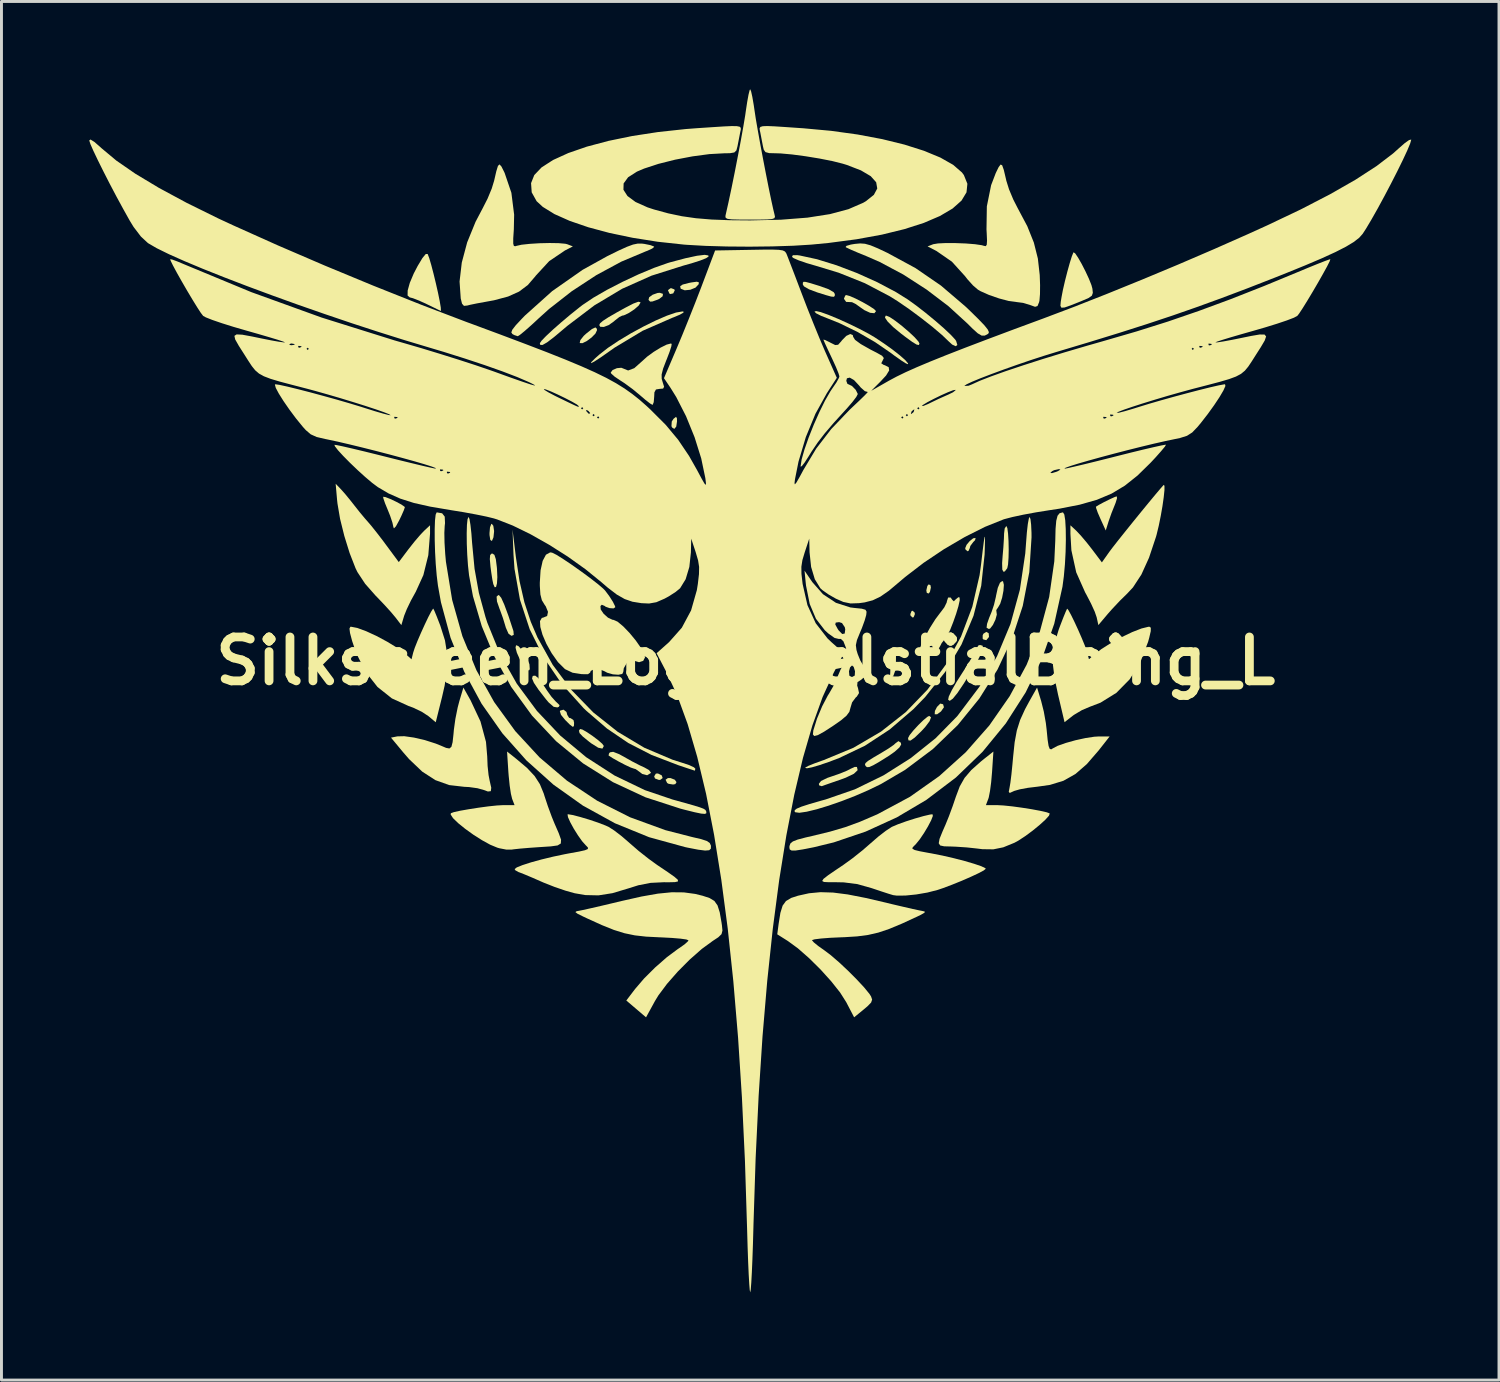
<source format=kicad_pcb>
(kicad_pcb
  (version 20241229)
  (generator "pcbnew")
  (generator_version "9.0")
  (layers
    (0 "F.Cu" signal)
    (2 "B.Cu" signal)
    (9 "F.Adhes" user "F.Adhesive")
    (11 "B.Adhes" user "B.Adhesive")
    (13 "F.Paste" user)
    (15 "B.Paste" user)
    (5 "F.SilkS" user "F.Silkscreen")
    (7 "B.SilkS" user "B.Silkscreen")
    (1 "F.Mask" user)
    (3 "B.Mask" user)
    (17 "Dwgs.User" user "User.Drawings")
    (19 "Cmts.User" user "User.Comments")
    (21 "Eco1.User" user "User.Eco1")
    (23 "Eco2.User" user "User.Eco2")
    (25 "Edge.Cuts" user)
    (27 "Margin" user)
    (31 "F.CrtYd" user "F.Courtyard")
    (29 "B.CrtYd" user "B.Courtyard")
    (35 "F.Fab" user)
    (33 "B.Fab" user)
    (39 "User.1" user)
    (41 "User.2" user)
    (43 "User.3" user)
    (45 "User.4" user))
  (footprint "Silkscreen_Logo_CelstialBeing_L"
    (layer "F.Cu")
    (at 22.43 19.538)
    (property "Reference" "Silkscreen_Logo_CelstialBeing_L" (at 0 0 0) (layer "F.SilkS") (effects (font (size 1.5 1.5) (thickness 0.3))))
    (attr board_only exclude_from_pos_files exclude_from_bom)
    (fp_poly (pts (xy -2.866 3.909) (xy -2.836 3.999) (xy -2.917 4.06) (xy -2.963 4.064) (xy -3.098 4.014) (xy -3.126 3.941) (xy -3.068 3.847) (xy -2.996 3.843)) (stroke (width 0) (type solid)) (fill yes) (layer "F.SilkS"))
    (fp_poly (pts (xy -2.436 -12.699) (xy -2.423 -12.666) (xy -2.474 -12.563) (xy -2.575 -12.539) (xy -2.607 -12.559) (xy -2.655 -12.672) (xy -2.571 -12.737) (xy -2.54 -12.739)) (stroke (width 0) (type solid)) (fill yes) (layer "F.SilkS"))
    (fp_poly (pts (xy 5.775 -1.656) (xy 5.783 -1.602) (xy 5.741 -1.498) (xy 5.705 -1.485) (xy 5.636 -1.548) (xy 5.627 -1.602) (xy 5.669 -1.706) (xy 5.705 -1.719)) (stroke (width 0) (type solid)) (fill yes) (layer "F.SilkS"))
    (fp_poly (pts (xy 6.314 -2.595) (xy 6.33 -2.51) (xy 6.296 -2.359) (xy 6.252 -2.306) (xy 6.19 -2.329) (xy 6.174 -2.414) (xy 6.209 -2.565) (xy 6.252 -2.618)) (stroke (width 0) (type solid)) (fill yes) (layer "F.SilkS"))
    (fp_poly (pts (xy -2.566 4) (xy -2.422 4.056) (xy -2.362 4.14) (xy -2.404 4.207) (xy -2.481 4.22) (xy -2.633 4.196) (xy -2.683 4.168) (xy -2.736 4.057) (xy -2.656 3.999)) (stroke (width 0) (type solid)) (fill yes) (layer "F.SilkS"))
    (fp_poly (pts (xy -2.348 -8.292) (xy -2.345 -8.188) (xy -2.372 -8.01) (xy -2.437 -7.932) (xy -2.511 -7.977) (xy -2.535 -8.025) (xy -2.525 -8.184) (xy -2.465 -8.276) (xy -2.378 -8.345)) (stroke (width 0) (type solid)) (fill yes) (layer "F.SilkS"))
    (fp_poly (pts (xy 8.305 -0.949) (xy 8.315 -0.829) (xy 8.312 -0.818) (xy 8.223 -0.712) (xy 8.12 -0.738) (xy 8.099 -0.766) (xy 8.1 -0.879) (xy 8.124 -0.932) (xy 8.22 -0.996)) (stroke (width 0) (type solid)) (fill yes) (layer "F.SilkS"))
    (fp_poly (pts (xy 6.744 1.477) (xy 6.747 1.479) (xy 6.776 1.58) (xy 6.677 1.72) (xy 6.669 1.728) (xy 6.542 1.821) (xy 6.461 1.819) (xy 6.46 1.818) (xy 6.467 1.707) (xy 6.538 1.569) (xy 6.651 1.454)) (stroke (width 0) (type solid)) (fill yes) (layer "F.SilkS"))
    (fp_poly (pts (xy -8.623 -4.621) (xy -8.597 -4.452) (xy -8.597 -4.42) (xy -8.618 -4.226) (xy -8.668 -4.108) (xy -8.675 -4.103) (xy -8.726 -4.138) (xy -8.752 -4.303) (xy -8.753 -4.372) (xy -8.736 -4.569) (xy -8.693 -4.68) (xy -8.675 -4.689)) (stroke (width 0) (type solid)) (fill yes) (layer "F.SilkS"))
    (fp_poly (pts (xy -7.768 -0.512) (xy -7.656 -0.39) (xy -7.487 -0.127) (xy -7.389 0.107) (xy -7.377 0.277) (xy -7.402 0.321) (xy -7.483 0.306) (xy -7.608 0.141) (xy -7.704 -0.03) (xy -7.817 -0.28) (xy -7.863 -0.456) (xy -7.846 -0.54)) (stroke (width 0) (type solid)) (fill yes) (layer "F.SilkS"))
    (fp_poly (pts (xy -2.826 -12.547) (xy -2.836 -12.465) (xy -2.955 -12.372) (xy -3.014 -12.346) (xy -3.184 -12.286) (xy -3.264 -12.281) (xy -3.311 -12.331) (xy -3.319 -12.344) (xy -3.297 -12.43) (xy -3.176 -12.518) (xy -3.01 -12.576) (xy -2.936 -12.583)) (stroke (width 0) (type solid)) (fill yes) (layer "F.SilkS"))
    (fp_poly (pts (xy -1.597 -12.938) (xy -1.607 -12.873) (xy -1.714 -12.759) (xy -1.894 -12.686) (xy -2.082 -12.668) (xy -2.214 -12.72) (xy -2.224 -12.734) (xy -2.237 -12.808) (xy -2.151 -12.865) (xy -1.942 -12.919) (xy -1.855 -12.936) (xy -1.667 -12.962)) (stroke (width 0) (type solid)) (fill yes) (layer "F.SilkS"))
    (fp_poly (pts (xy -5.084 -11.354) (xy -5.08 -11.303) (xy -5.133 -11.19) (xy -5.264 -11.056) (xy -5.426 -10.936) (xy -5.576 -10.861) (xy -5.667 -10.865) (xy -5.67 -10.87) (xy -5.648 -10.967) (xy -5.532 -11.112) (xy -5.46 -11.179) (xy -5.253 -11.344) (xy -5.134 -11.4)) (stroke (width 0) (type solid)) (fill yes) (layer "F.SilkS"))
    (fp_poly (pts (xy 7.857 -4.205) (xy 7.84 -4.13) (xy 7.778 -4.066) (xy 7.678 -3.932) (xy 7.659 -3.859) (xy 7.614 -3.761) (xy 7.581 -3.751) (xy 7.51 -3.814) (xy 7.503 -3.857) (xy 7.549 -3.97) (xy 7.656 -4.098) (xy 7.775 -4.193) (xy 7.856 -4.206)) (stroke (width 0) (type solid)) (fill yes) (layer "F.SilkS"))
    (fp_poly (pts (xy -6.123 1.74) (xy -6.096 1.841) (xy -6.033 1.941) (xy -5.979 1.954) (xy -5.883 2.019) (xy -5.862 2.11) (xy -5.869 2.225) (xy -5.909 2.249) (xy -6.007 2.174) (xy -6.165 2.017) (xy -6.31 1.839) (xy -6.349 1.717) (xy -6.338 1.695) (xy -6.223 1.662)) (stroke (width 0) (type solid)) (fill yes) (layer "F.SilkS"))
    (fp_poly (pts (xy -5.578 2.342) (xy -5.421 2.432) (xy -5.228 2.563) (xy -5.039 2.705) (xy -4.898 2.83) (xy -4.846 2.904) (xy -4.895 2.993) (xy -5.039 2.962) (xy -5.276 2.813) (xy -5.343 2.762) (xy -5.565 2.581) (xy -5.676 2.463) (xy -5.696 2.38) (xy -5.658 2.323)) (stroke (width 0) (type solid)) (fill yes) (layer "F.SilkS"))
    (fp_poly (pts (xy 5.126 -0.306) (xy 5.137 -0.173) (xy 5.135 0.033) (xy 5.108 0.339) (xy 5.05 0.501) (xy 5.01 0.532) (xy 4.933 0.518) (xy 4.941 0.41) (xy 4.947 0.231) (xy 4.918 0.147) (xy 4.91 0.002) (xy 4.957 -0.076) (xy 5.068 -0.236) (xy 5.105 -0.313)) (stroke (width 0) (type solid)) (fill yes) (layer "F.SilkS"))
    (fp_poly (pts (xy 6.335 1.924) (xy 6.285 2.057) (xy 6.134 2.257) (xy 6.002 2.4) (xy 5.776 2.617) (xy 5.635 2.718) (xy 5.564 2.711) (xy 5.549 2.634) (xy 5.601 2.535) (xy 5.732 2.372) (xy 5.903 2.186) (xy 6.078 2.016) (xy 6.218 1.902) (xy 6.275 1.876)) (stroke (width 0) (type solid)) (fill yes) (layer "F.SilkS"))
    (fp_poly (pts (xy -8.586 -3.629) (xy -8.537 -3.48) (xy -8.502 -3.203) (xy -8.497 -3.146) (xy -8.485 -2.865) (xy -8.498 -2.652) (xy -8.53 -2.53) (xy -8.576 -2.521) (xy -8.624 -2.63) (xy -8.656 -2.786) (xy -8.694 -3.033) (xy -8.719 -3.224) (xy -8.742 -3.482) (xy -8.731 -3.62) (xy -8.683 -3.67) (xy -8.656 -3.673)) (stroke (width 0) (type solid)) (fill yes) (layer "F.SilkS"))
    (fp_poly (pts (xy -8.427 -2.249) (xy -8.352 -2.158) (xy -8.246 -1.923) (xy -8.105 -1.541) (xy -7.935 -1.023) (xy -7.925 -0.892) (xy -8.002 -0.86) (xy -8.104 -0.934) (xy -8.195 -1.14) (xy -8.21 -1.192) (xy -8.295 -1.471) (xy -8.391 -1.737) (xy -8.409 -1.781) (xy -8.497 -2.034) (xy -8.511 -2.199) (xy -8.451 -2.254)) (stroke (width 0) (type solid)) (fill yes) (layer "F.SilkS"))
    (fp_poly (pts (xy 12.691 -5.564) (xy 12.643 -5.407) (xy 12.614 -5.334) (xy 12.502 -5.055) (xy 12.402 -4.772) (xy 12.396 -4.751) (xy 12.305 -4.461) (xy 12.125 -4.855) (xy 12.03 -5.074) (xy 11.976 -5.228) (xy 11.97 -5.273) (xy 12.069 -5.335) (xy 12.246 -5.43) (xy 12.444 -5.528) (xy 12.609 -5.603) (xy 12.68 -5.627)) (stroke (width 0) (type solid)) (fill yes) (layer "F.SilkS"))
    (fp_poly (pts (xy 4.925 -11.752) (xy 5.115 -11.625) (xy 5.342 -11.449) (xy 5.573 -11.252) (xy 5.772 -11.066) (xy 5.904 -10.917) (xy 5.94 -10.848) (xy 5.919 -10.798) (xy 5.843 -10.813) (xy 5.693 -10.904) (xy 5.451 -11.081) (xy 5.314 -11.186) (xy 5.04 -11.412) (xy 4.852 -11.6) (xy 4.761 -11.734) (xy 4.782 -11.798) (xy 4.808 -11.801)) (stroke (width 0) (type solid)) (fill yes) (layer "F.SilkS"))
    (fp_poly (pts (xy -12.306 -5.601) (xy -12.141 -5.536) (xy -11.943 -5.443) (xy -11.764 -5.347) (xy -11.657 -5.272) (xy -11.646 -5.254) (xy -11.678 -5.158) (xy -11.761 -4.969) (xy -11.839 -4.806) (xy -11.951 -4.602) (xy -12.018 -4.532) (xy -12.036 -4.572) (xy -12.07 -4.727) (xy -12.149 -4.964) (xy -12.227 -5.158) (xy -12.322 -5.389) (xy -12.379 -5.555) (xy -12.388 -5.613)) (stroke (width 0) (type solid)) (fill yes) (layer "F.SilkS"))
    (fp_poly (pts (xy -7.092 0.576) (xy -6.953 0.756) (xy -6.782 1.016) (xy -6.632 1.225) (xy -6.483 1.391) (xy -6.457 1.413) (xy -6.358 1.51) (xy -6.381 1.563) (xy -6.433 1.586) (xy -6.56 1.565) (xy -6.733 1.414) (xy -6.825 1.306) (xy -7.081 0.976) (xy -7.236 0.745) (xy -7.299 0.596) (xy -7.277 0.515) (xy -7.267 0.507) (xy -7.191 0.5)) (stroke (width 0) (type solid)) (fill yes) (layer "F.SilkS"))
    (fp_poly (pts (xy 2.056 -12.954) (xy 2.218 -12.911) (xy 2.496 -12.825) (xy 2.532 -12.814) (xy 2.836 -12.704) (xy 3.01 -12.602) (xy 3.048 -12.541) (xy 3.044 -12.475) (xy 3.012 -12.446) (xy 2.921 -12.454) (xy 2.742 -12.504) (xy 2.444 -12.597) (xy 2.442 -12.598) (xy 2.165 -12.702) (xy 1.995 -12.801) (xy 1.954 -12.863) (xy 1.955 -12.928) (xy 1.979 -12.959)) (stroke (width 0) (type solid)) (fill yes) (layer "F.SilkS"))
    (fp_poly (pts (xy 3.803 3.62) (xy 3.827 3.73) (xy 3.698 3.853) (xy 3.417 3.988) (xy 3.235 4.055) (xy 2.957 4.151) (xy 2.731 4.23) (xy 2.604 4.276) (xy 2.6 4.277) (xy 2.514 4.251) (xy 2.501 4.197) (xy 2.576 4.099) (xy 2.794 3.993) (xy 2.95 3.94) (xy 3.227 3.844) (xy 3.467 3.745) (xy 3.578 3.687) (xy 3.724 3.619)) (stroke (width 0) (type solid)) (fill yes) (layer "F.SilkS"))
    (fp_poly (pts (xy 8.943 -4.54) (xy 8.967 -4.354) (xy 8.983 -4.095) (xy 8.989 -3.805) (xy 8.983 -3.525) (xy 8.966 -3.297) (xy 8.94 -3.172) (xy 8.858 -3.064) (xy 8.812 -3.048) (xy 8.77 -3.123) (xy 8.764 -3.344) (xy 8.78 -3.576) (xy 8.807 -3.891) (xy 8.825 -4.181) (xy 8.831 -4.357) (xy 8.852 -4.53) (xy 8.904 -4.61) (xy 8.91 -4.611)) (stroke (width 0) (type solid)) (fill yes) (layer "F.SilkS"))
    (fp_poly (pts (xy 3.565 -12.47) (xy 3.765 -12.382) (xy 3.997 -12.263) (xy 4.218 -12.137) (xy 4.385 -12.028) (xy 4.455 -11.958) (xy 4.455 -11.956) (xy 4.398 -11.885) (xy 4.254 -11.899) (xy 4.059 -11.989) (xy 3.932 -12.077) (xy 3.761 -12.199) (xy 3.639 -12.26) (xy 3.62 -12.263) (xy 3.434 -12.272) (xy 3.361 -12.375) (xy 3.361 -12.387) (xy 3.404 -12.491) (xy 3.441 -12.505)) (stroke (width 0) (type solid)) (fill yes) (layer "F.SilkS"))
    (fp_poly (pts (xy 8.097 -0.523) (xy 8.115 -0.439) (xy 8.062 -0.277) (xy 7.93 -0.021) (xy 7.733 0.318) (xy 7.453 0.772) (xy 7.237 1.093) (xy 7.079 1.287) (xy 6.975 1.361) (xy 6.919 1.323) (xy 6.942 1.212) (xy 7.043 1) (xy 7.208 0.712) (xy 7.384 0.435) (xy 7.584 0.124) (xy 7.747 -0.147) (xy 7.856 -0.346) (xy 7.894 -0.442) (xy 7.956 -0.535) (xy 8.011 -0.547)) (stroke (width 0) (type solid)) (fill yes) (layer "F.SilkS"))
    (fp_poly (pts (xy -3.599 -12.262) (xy -3.595 -12.243) (xy -3.657 -12.144) (xy -3.807 -12.014) (xy -3.992 -11.892) (xy -4.16 -11.813) (xy -4.221 -11.801) (xy -4.319 -11.753) (xy -4.472 -11.633) (xy -4.501 -11.606) (xy -4.678 -11.48) (xy -4.849 -11.415) (xy -4.97 -11.422) (xy -5.002 -11.48) (xy -4.974 -11.541) (xy -4.876 -11.625) (xy -4.69 -11.746) (xy -4.396 -11.916) (xy -4.123 -12.067) (xy -3.839 -12.214) (xy -3.669 -12.277)) (stroke (width 0) (type solid)) (fill yes) (layer "F.SilkS"))
    (fp_poly (pts (xy 5.302 2.79) (xy 5.314 2.854) (xy 5.253 2.955) (xy 5.092 3.1) (xy 4.904 3.233) (xy 4.58 3.436) (xy 4.361 3.562) (xy 4.223 3.623) (xy 4.144 3.627) (xy 4.098 3.587) (xy 4.098 3.587) (xy 4.077 3.536) (xy 4.098 3.484) (xy 4.184 3.412) (xy 4.359 3.302) (xy 4.645 3.134) (xy 4.668 3.12) (xy 4.893 2.982) (xy 5.06 2.866) (xy 5.122 2.809) (xy 5.221 2.737)) (stroke (width 0) (type solid)) (fill yes) (layer "F.SilkS"))
    (fp_poly (pts (xy -4.324 3.182) (xy -4.148 3.279) (xy -3.872 3.434) (xy -3.603 3.572) (xy -3.467 3.634) (xy -3.304 3.725) (xy -3.238 3.81) (xy -3.242 3.828) (xy -3.366 3.903) (xy -3.533 3.86) (xy -3.623 3.79) (xy -3.758 3.694) (xy -3.83 3.673) (xy -3.931 3.638) (xy -4.118 3.55) (xy -4.338 3.435) (xy -4.543 3.32) (xy -4.681 3.23) (xy -4.684 3.228) (xy -4.67 3.16) (xy -4.637 3.12) (xy -4.528 3.103)) (stroke (width 0) (type solid)) (fill yes) (layer "F.SilkS"))
    (fp_poly (pts (xy -2.124 -11.941) (xy -2.125 -11.905) (xy -2.248 -11.835) (xy -2.467 -11.743) (xy -2.501 -11.731) (xy -3.52 -11.285) (xy -4.484 -10.705) (xy -4.635 -10.598) (xy -4.96 -10.37) (xy -5.178 -10.229) (xy -5.284 -10.176) (xy -5.275 -10.213) (xy -5.147 -10.341) (xy -5.002 -10.47) (xy -4.702 -10.704) (xy -4.332 -10.951) (xy -3.918 -11.199) (xy -3.488 -11.432) (xy -3.069 -11.638) (xy -2.691 -11.801) (xy -2.379 -11.908) (xy -2.161 -11.945)) (stroke (width 0) (type solid)) (fill yes) (layer "F.SilkS"))
    (fp_poly (pts (xy 8.797 -2.717) (xy 8.824 -2.602) (xy 8.809 -2.399) (xy 8.764 -2.164) (xy 8.699 -1.958) (xy 8.635 -1.847) (xy 8.564 -1.74) (xy 8.569 -1.695) (xy 8.583 -1.587) (xy 8.535 -1.413) (xy 8.45 -1.234) (xy 8.356 -1.113) (xy 8.312 -1.094) (xy 8.233 -1.138) (xy 8.249 -1.27) (xy 8.319 -1.471) (xy 8.405 -1.68) (xy 8.486 -1.92) (xy 8.551 -2.196) (xy 8.556 -2.229) (xy 8.616 -2.501) (xy 8.691 -2.677) (xy 8.769 -2.733)) (stroke (width 0) (type solid)) (fill yes) (layer "F.SilkS"))
    (fp_poly (pts (xy -10.864 -13.903) (xy -10.811 -13.764) (xy -10.742 -13.528) (xy -10.664 -13.23) (xy -10.585 -12.903) (xy -10.512 -12.58) (xy -10.454 -12.295) (xy -10.418 -12.081) (xy -10.412 -11.971) (xy -10.419 -11.964) (xy -10.491 -11.998) (xy -10.665 -12.083) (xy -10.902 -12.198) (xy -11.158 -12.315) (xy -11.368 -12.397) (xy -11.479 -12.426) (xy -11.552 -12.489) (xy -11.549 -12.662) (xy -11.477 -12.921) (xy -11.342 -13.242) (xy -11.209 -13.497) (xy -11.044 -13.772) (xy -10.932 -13.907) (xy -10.867 -13.909)) (stroke (width 0) (type solid)) (fill yes) (layer "F.SilkS"))
    (fp_poly (pts (xy 2.566 -11.923) (xy 2.826 -11.83) (xy 3.155 -11.694) (xy 3.517 -11.53) (xy 3.878 -11.355) (xy 4.203 -11.183) (xy 4.405 -11.064) (xy 4.726 -10.851) (xy 5.025 -10.637) (xy 5.278 -10.438) (xy 5.46 -10.276) (xy 5.549 -10.17) (xy 5.549 -10.142) (xy 5.474 -10.171) (xy 5.306 -10.278) (xy 5.076 -10.441) (xy 4.963 -10.526) (xy 4.429 -10.893) (xy 3.826 -11.243) (xy 3.219 -11.539) (xy 2.853 -11.687) (xy 2.581 -11.794) (xy 2.408 -11.882) (xy 2.35 -11.94) (xy 2.408 -11.958)) (stroke (width 0) (type solid)) (fill yes) (layer "F.SilkS"))
    (fp_poly (pts (xy 11.261 -13.929) (xy 11.36 -13.783) (xy 11.484 -13.566) (xy 11.613 -13.314) (xy 11.73 -13.062) (xy 11.816 -12.846) (xy 11.849 -12.724) (xy 11.864 -12.58) (xy 11.831 -12.485) (xy 11.72 -12.406) (xy 11.501 -12.311) (xy 11.435 -12.284) (xy 11.106 -12.153) (xy 10.9 -12.081) (xy 10.791 -12.073) (xy 10.756 -12.137) (xy 10.768 -12.277) (xy 10.795 -12.44) (xy 10.842 -12.685) (xy 10.912 -12.988) (xy 10.993 -13.306) (xy 11.075 -13.601) (xy 11.147 -13.831) (xy 11.199 -13.958) (xy 11.205 -13.967)) (stroke (width 0) (type solid)) (fill yes) (layer "F.SilkS"))
    (fp_poly (pts (xy -3.458 -14.253) (xy -3.256 -14.212) (xy -3.138 -14.167) (xy -3.126 -14.151) (xy -3.192 -14.095) (xy -3.357 -14.019) (xy -3.419 -13.996) (xy -4.249 -13.647) (xy -5.104 -13.185) (xy -5.942 -12.636) (xy -6.72 -12.028) (xy -7.061 -11.72) (xy -7.326 -11.475) (xy -7.553 -11.275) (xy -7.715 -11.143) (xy -7.787 -11.099) (xy -7.906 -11.138) (xy -7.972 -11.175) (xy -8.007 -11.229) (xy -7.973 -11.322) (xy -7.856 -11.473) (xy -7.641 -11.703) (xy -7.542 -11.805) (xy -6.609 -12.642) (xy -5.569 -13.369) (xy -4.728 -13.835) (xy -4.338 -14.027) (xy -4.055 -14.155) (xy -3.849 -14.231) (xy -3.689 -14.264) (xy -3.545 -14.264)) (stroke (width 0) (type solid)) (fill yes) (layer "F.SilkS"))
    (fp_poly (pts (xy 4.078 -14.258) (xy 4.267 -14.205) (xy 4.518 -14.101) (xy 4.846 -13.946) (xy 5.805 -13.426) (xy 6.675 -12.828) (xy 7.508 -12.117) (xy 7.633 -11.999) (xy 7.945 -11.693) (xy 8.154 -11.476) (xy 8.272 -11.329) (xy 8.313 -11.237) (xy 8.29 -11.184) (xy 8.284 -11.18) (xy 8.171 -11.12) (xy 8.063 -11.121) (xy 7.931 -11.198) (xy 7.744 -11.367) (xy 7.578 -11.533) (xy 6.931 -12.124) (xy 6.183 -12.693) (xy 5.385 -13.208) (xy 4.583 -13.635) (xy 4.129 -13.834) (xy 3.832 -13.955) (xy 3.59 -14.059) (xy 3.441 -14.13) (xy 3.415 -14.147) (xy 3.446 -14.187) (xy 3.596 -14.231) (xy 3.727 -14.253) (xy 3.912 -14.27)) (stroke (width 0) (type solid)) (fill yes) (layer "F.SilkS"))
    (fp_poly (pts (xy -7.853 -3.563) (xy -7.727 -2.731) (xy -7.561 -2.006) (xy -7.342 -1.34) (xy -7.113 -0.804) (xy -6.592 0.132) (xy -5.951 0.991) (xy -5.204 1.759) (xy -4.369 2.421) (xy -3.461 2.964) (xy -2.498 3.373) (xy -2.169 3.477) (xy -1.93 3.556) (xy -1.768 3.632) (xy -1.719 3.679) (xy -1.735 3.746) (xy -1.739 3.746) (xy -1.817 3.721) (xy -2.005 3.659) (xy -2.265 3.572) (xy -2.307 3.558) (xy -3.214 3.21) (xy -4.011 2.801) (xy -4.739 2.307) (xy -5.443 1.701) (xy -5.537 1.611) (xy -6.286 0.78) (xy -6.902 -0.122) (xy -7.379 -1.084) (xy -7.712 -2.096) (xy -7.899 -3.149) (xy -7.933 -3.634) (xy -7.966 -4.494)) (stroke (width 0) (type solid)) (fill yes) (layer "F.SilkS"))
    (fp_poly (pts (xy -1.275 -13.859) (xy -1.267 -13.822) (xy -1.351 -13.765) (xy -1.555 -13.684) (xy -1.846 -13.591) (xy -2.128 -13.512) (xy -3.216 -13.168) (xy -4.219 -12.721) (xy -5.168 -12.154) (xy -6.096 -11.45) (xy -6.215 -11.349) (xy -6.551 -11.067) (xy -6.788 -10.887) (xy -6.939 -10.801) (xy -7.016 -10.8) (xy -7.034 -10.858) (xy -6.976 -10.944) (xy -6.82 -11.106) (xy -6.588 -11.322) (xy -6.304 -11.572) (xy -5.992 -11.835) (xy -5.675 -12.089) (xy -5.572 -12.168) (xy -5.209 -12.412) (xy -4.741 -12.682) (xy -4.209 -12.956) (xy -3.657 -13.215) (xy -3.127 -13.436) (xy -2.662 -13.6) (xy -2.579 -13.625) (xy -2.059 -13.763) (xy -1.664 -13.848) (xy -1.401 -13.88)) (stroke (width 0) (type solid)) (fill yes) (layer "F.SilkS"))
    (fp_poly (pts (xy 1.851 -13.857) (xy 2.441 -13.729) (xy 3.109 -13.522) (xy 3.809 -13.255) (xy 4.497 -12.945) (xy 5.128 -12.611) (xy 5.535 -12.358) (xy 5.831 -12.145) (xy 6.155 -11.893) (xy 6.479 -11.627) (xy 6.773 -11.371) (xy 7.009 -11.148) (xy 7.161 -10.984) (xy 7.192 -10.938) (xy 7.234 -10.799) (xy 7.179 -10.757) (xy 7.056 -10.814) (xy 6.948 -10.913) (xy 6.71 -11.141) (xy 6.377 -11.423) (xy 5.988 -11.728) (xy 5.581 -12.029) (xy 5.193 -12.296) (xy 4.924 -12.464) (xy 4.072 -12.911) (xy 3.181 -13.268) (xy 2.414 -13.501) (xy 2.082 -13.598) (xy 1.812 -13.691) (xy 1.635 -13.769) (xy 1.584 -13.81) (xy 1.612 -13.867) (xy 1.764 -13.869)) (stroke (width 0) (type solid)) (fill yes) (layer "F.SilkS"))
    (fp_poly (pts (xy 7.311 -2.171) (xy 7.315 -2.074) (xy 7.271 -1.874) (xy 7.192 -1.612) (xy 7.093 -1.33) (xy 6.989 -1.067) (xy 6.893 -0.866) (xy 6.826 -0.771) (xy 6.701 -0.617) (xy 6.637 -0.492) (xy 6.55 -0.351) (xy 6.461 -0.318) (xy 6.41 -0.402) (xy 6.409 -0.435) (xy 6.369 -0.519) (xy 6.233 -0.504) (xy 6.048 -0.426) (xy 5.956 -0.369) (xy 5.941 -0.394) (xy 5.99 -0.53) (xy 6.091 -0.75) (xy 6.133 -0.835) (xy 6.302 -1.141) (xy 6.483 -1.428) (xy 6.638 -1.635) (xy 6.644 -1.642) (xy 6.788 -1.833) (xy 6.87 -2.001) (xy 6.878 -2.046) (xy 6.919 -2.17) (xy 7.005 -2.17) (xy 7.06 -2.091) (xy 7.114 -2.04) (xy 7.18 -2.108) (xy 7.27 -2.181)) (stroke (width 0) (type solid)) (fill yes) (layer "F.SilkS"))
    (fp_poly (pts (xy 8.179 -4.131) (xy 8.173 -3.879) (xy 8.165 -3.634) (xy 8.05 -2.572) (xy 7.786 -1.545) (xy 7.375 -0.563) (xy 6.824 0.366) (xy 6.134 1.231) (xy 5.73 1.647) (xy 4.92 2.341) (xy 4.073 2.896) (xy 3.194 3.315) (xy 2.839 3.45) (xy 2.521 3.558) (xy 2.265 3.633) (xy 2.095 3.666) (xy 2.036 3.652) (xy 2.048 3.634) (xy 2.145 3.582) (xy 2.349 3.499) (xy 2.618 3.402) (xy 2.658 3.389) (xy 3.684 2.964) (xy 4.624 2.413) (xy 5.47 1.748) (xy 6.213 0.978) (xy 6.846 0.114) (xy 7.359 -0.833) (xy 7.745 -1.853) (xy 7.994 -2.935) (xy 8.044 -3.298) (xy 8.098 -3.758) (xy 8.137 -4.067) (xy 8.162 -4.229) (xy 8.176 -4.249)) (stroke (width 0) (type solid)) (fill yes) (layer "F.SilkS"))
    (fp_poly (pts (xy -9.398 1.346) (xy -9.061 2.065) (xy -8.873 2.764) (xy -8.831 3.26) (xy -8.818 3.587) (xy -8.785 3.897) (xy -8.748 4.088) (xy -8.693 4.331) (xy -8.708 4.447) (xy -8.807 4.459) (xy -8.949 4.407) (xy -9.164 4.347) (xy -9.452 4.307) (xy -9.613 4.299) (xy -10.131 4.239) (xy -10.603 4.07) (xy -11.052 3.779) (xy -11.5 3.353) (xy -11.694 3.13) (xy -12.119 2.618) (xy -11.902 2.575) (xy -11.665 2.569) (xy -11.334 2.616) (xy -10.96 2.703) (xy -10.591 2.821) (xy -10.417 2.891) (xy -10.237 2.968) (xy -10.123 2.989) (xy -10.055 2.932) (xy -10.014 2.774) (xy -9.983 2.493) (xy -9.97 2.345) (xy -9.919 1.978) (xy -9.84 1.586) (xy -9.784 1.372) (xy -9.645 0.907)) (stroke (width 0) (type solid)) (fill yes) (layer "F.SilkS"))
    (fp_poly (pts (xy 0.186 -19.467) (xy 0.229 -19.273) (xy 0.277 -18.993) (xy 0.303 -18.816) (xy 0.346 -18.532) (xy 0.413 -18.144) (xy 0.496 -17.682) (xy 0.59 -17.18) (xy 0.688 -16.672) (xy 0.783 -16.191) (xy 0.87 -15.77) (xy 0.942 -15.441) (xy 0.986 -15.26) (xy 1.002 -15.183) (xy 0.983 -15.133) (xy 0.903 -15.104) (xy 0.738 -15.089) (xy 0.461 -15.084) (xy 0.156 -15.084) (xy -0.223 -15.085) (xy -0.472 -15.091) (xy -0.617 -15.109) (xy -0.681 -15.143) (xy -0.692 -15.199) (xy -0.68 -15.26) (xy -0.589 -15.663) (xy -0.484 -16.156) (xy -0.374 -16.699) (xy -0.265 -17.257) (xy -0.164 -17.791) (xy -0.079 -18.265) (xy -0.016 -18.641) (xy 0.003 -18.776) (xy 0.052 -19.099) (xy 0.098 -19.354) (xy 0.137 -19.508) (xy 0.155 -19.538)) (stroke (width 0) (type solid)) (fill yes) (layer "F.SilkS"))
    (fp_poly (pts (xy 10.099 1.372) (xy 10.187 1.722) (xy 10.258 2.117) (xy 10.285 2.345) (xy 10.319 2.691) (xy 10.352 2.903) (xy 10.392 3.005) (xy 10.445 3.018) (xy 10.493 2.987) (xy 10.661 2.898) (xy 10.936 2.801) (xy 11.268 2.708) (xy 11.61 2.633) (xy 11.912 2.587) (xy 12.049 2.579) (xy 12.437 2.579) (xy 12.063 3.055) (xy 11.658 3.523) (xy 11.267 3.862) (xy 10.859 4.092) (xy 10.399 4.233) (xy 9.972 4.294) (xy 9.648 4.333) (xy 9.365 4.385) (xy 9.175 4.44) (xy 9.152 4.451) (xy 9.024 4.509) (xy 8.991 4.469) (xy 9.018 4.326) (xy 9.047 4.155) (xy 9.082 3.873) (xy 9.117 3.525) (xy 9.139 3.282) (xy 9.192 2.776) (xy 9.267 2.371) (xy 9.38 2.013) (xy 9.547 1.647) (xy 9.699 1.366) (xy 9.958 0.907)) (stroke (width 0) (type solid)) (fill yes) (layer "F.SilkS"))
    (fp_poly (pts (xy -13.832 -5.872) (xy -13.682 -5.703) (xy -13.493 -5.472) (xy -13.38 -5.328) (xy -13.19 -5.088) (xy -13.006 -4.867) (xy -12.921 -4.771) (xy -12.791 -4.619) (xy -12.602 -4.382) (xy -12.386 -4.101) (xy -12.294 -3.976) (xy -11.853 -3.381) (xy -11.522 -3.82) (xy -11.321 -4.075) (xy -11.124 -4.306) (xy -10.988 -4.449) (xy -10.785 -4.638) (xy -10.785 -4.354) (xy -10.844 -3.617) (xy -11.013 -2.936) (xy -11.272 -2.367) (xy -11.438 -2.066) (xy -11.58 -1.771) (xy -11.671 -1.544) (xy -11.674 -1.532) (xy -11.765 -1.227) (xy -11.969 -1.493) (xy -12.122 -1.675) (xy -12.344 -1.92) (xy -12.594 -2.182) (xy -12.653 -2.242) (xy -13.004 -2.641) (xy -13.265 -3.037) (xy -13.33 -3.169) (xy -13.533 -3.69) (xy -13.714 -4.273) (xy -13.859 -4.858) (xy -13.948 -5.382) (xy -13.961 -5.5) (xy -14.01 -6.057)) (stroke (width 0) (type solid)) (fill yes) (layer "F.SilkS"))
    (fp_poly (pts (xy -10.632 -1.706) (xy -10.553 -1.515) (xy -10.452 -1.255) (xy -10.435 -1.211) (xy -10.275 -0.706) (xy -10.198 -0.225) (xy -10.202 0.276) (xy -10.286 0.841) (xy -10.373 1.222) (xy -10.59 2.093) (xy -10.843 1.881) (xy -11.069 1.734) (xy -11.361 1.594) (xy -11.516 1.538) (xy -12.088 1.278) (xy -12.581 0.886) (xy -12.989 0.368) (xy -13.308 -0.271) (xy -13.447 -0.684) (xy -13.519 -0.956) (xy -13.538 -1.109) (xy -13.508 -1.169) (xy -13.486 -1.172) (xy -13.27 -1.13) (xy -12.966 -1.018) (xy -12.611 -0.854) (xy -12.246 -0.658) (xy -11.907 -0.451) (xy -11.635 -0.251) (xy -11.59 -0.213) (xy -11.418 -0.058) (xy -11.362 -0.283) (xy -11.308 -0.449) (xy -11.213 -0.688) (xy -11.093 -0.966) (xy -10.964 -1.25) (xy -10.843 -1.504) (xy -10.743 -1.694) (xy -10.682 -1.787) (xy -10.673 -1.789)) (stroke (width 0) (type solid)) (fill yes) (layer "F.SilkS"))
    (fp_poly (pts (xy -2.528 -10.838) (xy -2.539 -10.755) (xy -2.599 -10.567) (xy -2.696 -10.313) (xy -2.709 -10.283) (xy -2.821 -9.991) (xy -2.871 -9.793) (xy -2.869 -9.642) (xy -2.836 -9.531) (xy -2.787 -9.372) (xy -2.82 -9.31) (xy -2.938 -9.3) (xy -3.065 -9.279) (xy -3.118 -9.183) (xy -3.126 -9.027) (xy -3.141 -8.846) (xy -3.177 -8.757) (xy -3.185 -8.754) (xy -3.27 -8.803) (xy -3.431 -8.929) (xy -3.595 -9.07) (xy -3.857 -9.287) (xy -4.138 -9.493) (xy -4.279 -9.584) (xy -4.471 -9.713) (xy -4.591 -9.82) (xy -4.611 -9.857) (xy -4.546 -9.944) (xy -4.399 -10.007) (xy -4.248 -10.021) (xy -4.185 -9.996) (xy -4.016 -9.928) (xy -3.806 -10.007) (xy -3.552 -10.233) (xy -3.551 -10.233) (xy -3.371 -10.397) (xy -3.144 -10.563) (xy -2.907 -10.709) (xy -2.7 -10.812) (xy -2.559 -10.849)) (stroke (width 0) (type solid)) (fill yes) (layer "F.SilkS"))
    (fp_poly (pts (xy 14.312 -5.989) (xy 14.311 -5.838) (xy 14.286 -5.596) (xy 14.243 -5.293) (xy 14.185 -4.961) (xy 14.118 -4.63) (xy 14.046 -4.331) (xy 14.024 -4.25) (xy 13.784 -3.53) (xy 13.523 -2.955) (xy 13.235 -2.515) (xy 13.035 -2.301) (xy 12.789 -2.06) (xy 12.522 -1.776) (xy 12.376 -1.611) (xy 12.053 -1.228) (xy 11.995 -1.493) (xy 11.929 -1.685) (xy 11.804 -1.959) (xy 11.646 -2.264) (xy 11.601 -2.345) (xy 11.296 -3.031) (xy 11.131 -3.783) (xy 11.098 -4.347) (xy 11.098 -4.638) (xy 11.301 -4.449) (xy 11.453 -4.287) (xy 11.652 -4.052) (xy 11.838 -3.815) (xy 12.173 -3.371) (xy 12.432 -3.737) (xy 12.544 -3.886) (xy 12.729 -4.122) (xy 12.967 -4.42) (xy 13.234 -4.752) (xy 13.511 -5.093) (xy 13.776 -5.416) (xy 14.008 -5.696) (xy 14.185 -5.905) (xy 14.285 -6.018)) (stroke (width 0) (type solid)) (fill yes) (layer "F.SilkS"))
    (fp_poly (pts (xy 11.029 -1.74) (xy 11.117 -1.58) (xy 11.233 -1.344) (xy 11.361 -1.067) (xy 11.485 -0.783) (xy 11.591 -0.526) (xy 11.661 -0.331) (xy 11.675 -0.283) (xy 11.731 -0.058) (xy 11.903 -0.213) (xy 12.157 -0.409) (xy 12.485 -0.616) (xy 12.848 -0.816) (xy 13.208 -0.988) (xy 13.526 -1.112) (xy 13.763 -1.17) (xy 13.798 -1.172) (xy 13.845 -1.138) (xy 13.843 -1.02) (xy 13.79 -0.791) (xy 13.753 -0.658) (xy 13.487 0.041) (xy 13.124 0.624) (xy 12.669 1.087) (xy 12.125 1.424) (xy 11.762 1.563) (xy 11.491 1.678) (xy 11.221 1.839) (xy 11.173 1.874) (xy 10.897 2.09) (xy 10.675 1.148) (xy 10.558 0.593) (xy 10.501 0.138) (xy 10.504 -0.262) (xy 10.569 -0.651) (xy 10.698 -1.073) (xy 10.75 -1.214) (xy 10.853 -1.481) (xy 10.936 -1.684) (xy 10.983 -1.785) (xy 10.986 -1.789)) (stroke (width 0) (type solid)) (fill yes) (layer "F.SilkS"))
    (fp_poly (pts (xy 8.42 3.793) (xy 8.39 4.136) (xy 8.35 4.442) (xy 8.307 4.661) (xy 8.292 4.709) (xy 8.21 4.924) (xy 8.589 4.924) (xy 8.812 4.936) (xy 9.112 4.967) (xy 9.448 5.013) (xy 9.783 5.066) (xy 10.078 5.121) (xy 10.294 5.171) (xy 10.391 5.209) (xy 10.366 5.284) (xy 10.24 5.424) (xy 10.043 5.603) (xy 9.805 5.798) (xy 9.553 5.984) (xy 9.318 6.138) (xy 9.184 6.211) (xy 8.804 6.366) (xy 8.465 6.435) (xy 8.091 6.43) (xy 7.894 6.406) (xy 7.551 6.369) (xy 7.172 6.344) (xy 7.009 6.338) (xy 6.783 6.332) (xy 6.648 6.303) (xy 6.598 6.228) (xy 6.625 6.078) (xy 6.725 5.83) (xy 6.831 5.588) (xy 6.946 5.305) (xy 7.076 4.953) (xy 7.183 4.638) (xy 7.316 4.284) (xy 7.481 3.994) (xy 7.71 3.726) (xy 8.034 3.437) (xy 8.153 3.341) (xy 8.466 3.093)) (stroke (width 0) (type solid)) (fill yes) (layer "F.SilkS"))
    (fp_poly (pts (xy 9.732 -4.851) (xy 9.755 -4.658) (xy 9.768 -4.378) (xy 9.769 -4.226) (xy 9.693 -3.039) (xy 9.469 -1.883) (xy 9.105 -0.77) (xy 8.608 0.288) (xy 7.987 1.279) (xy 7.248 2.189) (xy 6.399 3.007) (xy 5.448 3.72) (xy 4.614 4.209) (xy 4.193 4.413) (xy 3.741 4.609) (xy 3.28 4.788) (xy 2.834 4.943) (xy 2.429 5.066) (xy 2.088 5.149) (xy 1.834 5.186) (xy 1.692 5.167) (xy 1.676 5.151) (xy 1.675 5.1) (xy 1.746 5.044) (xy 1.908 4.976) (xy 2.18 4.888) (xy 2.579 4.773) (xy 2.735 4.73) (xy 3.731 4.385) (xy 4.709 3.908) (xy 5.639 3.32) (xy 6.487 2.642) (xy 7.22 1.895) (xy 7.244 1.867) (xy 7.989 0.879) (xy 8.59 -0.163) (xy 9.049 -1.264) (xy 9.37 -2.433) (xy 9.555 -3.676) (xy 9.583 -4.05) (xy 9.61 -4.398) (xy 9.642 -4.681) (xy 9.676 -4.866) (xy 9.703 -4.924)) (stroke (width 0) (type solid)) (fill yes) (layer "F.SilkS"))
    (fp_poly (pts (xy -8.347 -16.901) (xy -8.257 -16.723) (xy -8.235 -16.676) (xy -8.005 -15.999) (xy -7.911 -15.252) (xy -7.922 -14.744) (xy -7.942 -14.439) (xy -7.942 -14.261) (xy -7.919 -14.182) (xy -7.866 -14.174) (xy -7.833 -14.186) (xy -7.66 -14.225) (xy -7.382 -14.255) (xy -7.047 -14.276) (xy -6.7 -14.284) (xy -6.391 -14.279) (xy -6.165 -14.259) (xy -6.098 -14.243) (xy -5.904 -14.168) (xy -6.176 -14.028) (xy -6.714 -13.664) (xy -7.17 -13.17) (xy -7.187 -13.146) (xy -7.444 -12.848) (xy -7.744 -12.623) (xy -8.118 -12.455) (xy -8.598 -12.327) (xy -8.91 -12.27) (xy -9.184 -12.22) (xy -9.417 -12.172) (xy -9.51 -12.148) (xy -9.626 -12.136) (xy -9.692 -12.211) (xy -9.736 -12.389) (xy -9.776 -12.967) (xy -9.7 -13.616) (xy -9.516 -14.306) (xy -9.229 -15.01) (xy -8.985 -15.474) (xy -8.82 -15.798) (xy -8.677 -16.143) (xy -8.595 -16.412) (xy -8.52 -16.737) (xy -8.464 -16.919) (xy -8.411 -16.97)) (stroke (width 0) (type solid)) (fill yes) (layer "F.SilkS"))
    (fp_poly (pts (xy -7.841 3.341) (xy -7.472 3.652) (xy -7.212 3.929) (xy -7.031 4.209) (xy -6.899 4.53) (xy -6.875 4.609) (xy -6.759 4.959) (xy -6.624 5.326) (xy -6.533 5.549) (xy -6.386 5.886) (xy -6.308 6.105) (xy -6.316 6.235) (xy -6.426 6.302) (xy -6.657 6.334) (xy -7.025 6.358) (xy -7.042 6.359) (xy -7.396 6.384) (xy -7.705 6.41) (xy -7.927 6.434) (xy -8.001 6.445) (xy -8.179 6.444) (xy -8.418 6.398) (xy -8.488 6.377) (xy -8.729 6.277) (xy -9.009 6.123) (xy -9.303 5.936) (xy -9.584 5.734) (xy -9.825 5.539) (xy -9.999 5.37) (xy -10.08 5.246) (xy -10.073 5.201) (xy -9.972 5.164) (xy -9.755 5.116) (xy -9.46 5.064) (xy -9.126 5.012) (xy -8.793 4.967) (xy -8.498 4.936) (xy -8.281 4.924) (xy -8.276 4.924) (xy -7.897 4.924) (xy -7.98 4.709) (xy -8.022 4.534) (xy -8.064 4.253) (xy -8.098 3.918) (xy -8.108 3.793) (xy -8.153 3.093)) (stroke (width 0) (type solid)) (fill yes) (layer "F.SilkS"))
    (fp_poly (pts (xy -9.437 -4.851) (xy -9.404 -4.653) (xy -9.372 -4.362) (xy -9.349 -4.05) (xy -9.264 -3.153) (xy -9.116 -2.329) (xy -8.89 -1.503) (xy -8.828 -1.311) (xy -8.391 -0.237) (xy -7.822 0.772) (xy -7.133 1.704) (xy -6.337 2.546) (xy -5.449 3.287) (xy -4.48 3.913) (xy -3.444 4.412) (xy -2.501 4.732) (xy -2.069 4.852) (xy -1.764 4.938) (xy -1.564 5) (xy -1.445 5.045) (xy -1.383 5.082) (xy -1.355 5.12) (xy -1.347 5.143) (xy -1.342 5.2) (xy -1.392 5.224) (xy -1.519 5.214) (xy -1.744 5.167) (xy -2.09 5.081) (xy -2.227 5.045) (xy -3.422 4.657) (xy -4.533 4.14) (xy -5.554 3.499) (xy -6.478 2.739) (xy -7.3 1.865) (xy -8.012 0.884) (xy -8.598 -0.176) (xy -9.018 -1.193) (xy -9.318 -2.213) (xy -9.451 -2.926) (xy -9.488 -3.262) (xy -9.514 -3.634) (xy -9.529 -4.011) (xy -9.532 -4.36) (xy -9.524 -4.65) (xy -9.503 -4.848) (xy -9.469 -4.924) (xy -9.468 -4.924)) (stroke (width 0) (type solid)) (fill yes) (layer "F.SilkS"))
    (fp_poly (pts (xy -10.372 -5.048) (xy -10.283 -4.934) (xy -10.273 -4.71) (xy -10.284 -4.615) (xy -10.296 -4.381) (xy -10.29 -4.043) (xy -10.266 -3.655) (xy -10.242 -3.393) (xy -10.029 -2.088) (xy -9.679 -0.849) (xy -9.199 0.316) (xy -8.595 1.4) (xy -7.873 2.395) (xy -7.042 3.294) (xy -6.106 4.089) (xy -5.073 4.774) (xy -3.949 5.34) (xy -2.741 5.78) (xy -1.838 6.012) (xy -1.521 6.086) (xy -1.328 6.149) (xy -1.228 6.217) (xy -1.188 6.305) (xy -1.186 6.317) (xy -1.189 6.413) (xy -1.247 6.466) (xy -1.384 6.477) (xy -1.621 6.447) (xy -1.983 6.377) (xy -2.071 6.358) (xy -3.3 6.02) (xy -4.465 5.545) (xy -5.558 4.943) (xy -6.569 4.224) (xy -7.49 3.398) (xy -8.311 2.473) (xy -9.023 1.46) (xy -9.616 0.368) (xy -10.083 -0.792) (xy -10.413 -2.012) (xy -10.515 -2.579) (xy -10.557 -2.922) (xy -10.59 -3.315) (xy -10.613 -3.729) (xy -10.625 -4.133) (xy -10.626 -4.5) (xy -10.616 -4.799) (xy -10.593 -5.002) (xy -10.558 -5.08) (xy -10.557 -5.08)) (stroke (width 0) (type solid)) (fill yes) (layer "F.SilkS"))
    (fp_poly (pts (xy 8.766 -16.939) (xy 8.821 -16.783) (xy 8.891 -16.488) (xy 8.908 -16.412) (xy 9 -16.118) (xy 9.145 -15.771) (xy 9.297 -15.474) (xy 9.624 -14.858) (xy 9.848 -14.3) (xy 9.985 -13.755) (xy 10.049 -13.19) (xy 10.061 -12.845) (xy 10.058 -12.539) (xy 10.04 -12.319) (xy 10.028 -12.263) (xy 9.973 -12.13) (xy 9.89 -12.104) (xy 9.73 -12.162) (xy 9.478 -12.238) (xy 9.254 -12.267) (xy 8.994 -12.302) (xy 8.66 -12.39) (xy 8.316 -12.509) (xy 8.026 -12.638) (xy 7.936 -12.691) (xy 7.769 -12.834) (xy 7.579 -13.045) (xy 7.496 -13.152) (xy 7.047 -13.647) (xy 6.512 -14.016) (xy 6.488 -14.028) (xy 6.217 -14.168) (xy 6.41 -14.243) (xy 6.574 -14.27) (xy 6.846 -14.283) (xy 7.178 -14.281) (xy 7.524 -14.268) (xy 7.837 -14.243) (xy 8.068 -14.209) (xy 8.141 -14.188) (xy 8.205 -14.176) (xy 8.239 -14.226) (xy 8.248 -14.366) (xy 8.237 -14.624) (xy 8.23 -14.746) (xy 8.242 -15.537) (xy 8.388 -16.26) (xy 8.547 -16.676) (xy 8.644 -16.875) (xy 8.712 -16.966)) (stroke (width 0) (type solid)) (fill yes) (layer "F.SilkS"))
    (fp_poly (pts (xy 10.889 -5.006) (xy 10.921 -4.807) (xy 10.938 -4.508) (xy 10.942 -4.139) (xy 10.933 -3.728) (xy 10.91 -3.303) (xy 10.873 -2.893) (xy 10.826 -2.538) (xy 10.545 -1.274) (xy 10.123 -0.068) (xy 9.569 1.071) (xy 8.889 2.133) (xy 8.092 3.106) (xy 7.184 3.981) (xy 6.174 4.746) (xy 5.165 5.343) (xy 4.102 5.828) (xy 3.013 6.197) (xy 2.328 6.364) (xy 1.956 6.437) (xy 1.711 6.475) (xy 1.569 6.475) (xy 1.505 6.437) (xy 1.494 6.359) (xy 1.499 6.317) (xy 1.53 6.233) (xy 1.614 6.165) (xy 1.778 6.101) (xy 2.052 6.029) (xy 2.266 5.98) (xy 2.88 5.831) (xy 3.403 5.677) (xy 3.901 5.495) (xy 4.439 5.264) (xy 4.528 5.223) (xy 5.614 4.64) (xy 6.614 3.934) (xy 7.522 3.116) (xy 8.327 2.201) (xy 9.023 1.2) (xy 9.602 0.126) (xy 10.054 -1.008) (xy 10.372 -2.189) (xy 10.547 -3.405) (xy 10.58 -4.103) (xy 10.59 -4.514) (xy 10.614 -4.793) (xy 10.658 -4.964) (xy 10.728 -5.051) (xy 10.831 -5.078) (xy 10.844 -5.079)) (stroke (width 0) (type solid)) (fill yes) (layer "F.SilkS"))
    (fp_poly (pts (xy -2.112 7.906) (xy -1.729 7.958) (xy -1.471 8.021) (xy -1.232 8.1) (xy -1.069 8.199) (xy -0.961 8.351) (xy -0.886 8.587) (xy -0.824 8.94) (xy -0.811 9.027) (xy -0.793 9.212) (xy -0.825 9.334) (xy -0.936 9.441) (xy -1.123 9.564) (xy -1.499 9.839) (xy -1.909 10.2) (xy -2.318 10.611) (xy -2.688 11.033) (xy -2.983 11.428) (xy -3.098 11.617) (xy -3.404 12.176) (xy -3.741 11.888) (xy -4.078 11.601) (xy -3.778 11.207) (xy -3.473 10.851) (xy -3.093 10.472) (xy -2.69 10.119) (xy -2.315 9.84) (xy -2.267 9.809) (xy -2.083 9.679) (xy -1.97 9.575) (xy -1.954 9.543) (xy -2.027 9.515) (xy -2.227 9.487) (xy -2.525 9.462) (xy -2.892 9.443) (xy -2.95 9.441) (xy -3.402 9.418) (xy -3.786 9.375) (xy -4.139 9.302) (xy -4.502 9.189) (xy -4.915 9.023) (xy -5.415 8.796) (xy -5.549 8.733) (xy -5.748 8.634) (xy -5.818 8.579) (xy -5.774 8.549) (xy -5.705 8.537) (xy -5.565 8.509) (xy -5.304 8.451) (xy -4.951 8.37) (xy -4.537 8.272) (xy -4.241 8.201) (xy -3.562 8.048) (xy -3 7.949) (xy -2.526 7.902)) (stroke (width 0) (type solid)) (fill yes) (layer "F.SilkS"))
    (fp_poly (pts (xy 2.987 7.912) (xy 3.487 7.976) (xy 4.086 8.093) (xy 4.553 8.201) (xy 4.991 8.306) (xy 5.388 8.399) (xy 5.714 8.474) (xy 5.939 8.522) (xy 6.018 8.537) (xy 6.119 8.56) (xy 6.114 8.599) (xy 5.99 8.671) (xy 5.862 8.733) (xy 5.335 8.976) (xy 4.905 9.155) (xy 4.534 9.28) (xy 4.182 9.361) (xy 3.809 9.41) (xy 3.377 9.437) (xy 3.263 9.441) (xy 2.889 9.458) (xy 2.579 9.482) (xy 2.362 9.509) (xy 2.268 9.536) (xy 2.266 9.54) (xy 2.327 9.613) (xy 2.484 9.741) (xy 2.68 9.879) (xy 2.913 10.055) (xy 3.197 10.3) (xy 3.501 10.585) (xy 3.794 10.879) (xy 4.047 11.151) (xy 4.227 11.371) (xy 4.285 11.461) (xy 4.322 11.569) (xy 4.288 11.669) (xy 4.161 11.8) (xy 4.04 11.902) (xy 3.707 12.175) (xy 3.436 11.656) (xy 3.227 11.327) (xy 2.923 10.944) (xy 2.559 10.541) (xy 2.168 10.154) (xy 1.784 9.817) (xy 1.446 9.57) (xy 1.08 9.339) (xy 1.128 8.975) (xy 1.187 8.606) (xy 1.263 8.359) (xy 1.379 8.2) (xy 1.56 8.094) (xy 1.788 8.02) (xy 2.166 7.936) (xy 2.556 7.899)) (stroke (width 0) (type solid)) (fill yes) (layer "F.SilkS"))
    (fp_poly (pts (xy -5.913 5.262) (xy -5.657 5.328) (xy -5.352 5.419) (xy -5.048 5.521) (xy -4.794 5.618) (xy -4.685 5.667) (xy -4.494 5.789) (xy -4.243 5.981) (xy -3.984 6.204) (xy -3.961 6.225) (xy -3.656 6.489) (xy -3.309 6.763) (xy -3.024 6.969) (xy -2.667 7.209) (xy -2.434 7.373) (xy -2.317 7.476) (xy -2.313 7.532) (xy -2.415 7.555) (xy -2.617 7.56) (xy -2.797 7.559) (xy -3.248 7.581) (xy -3.664 7.662) (xy -4.001 7.768) (xy -4.552 7.933) (xy -5.029 8.008) (xy -5.482 7.998) (xy -5.844 7.935) (xy -6.155 7.848) (xy -6.534 7.718) (xy -6.909 7.57) (xy -6.977 7.54) (xy -7.281 7.407) (xy -7.542 7.297) (xy -7.719 7.227) (xy -7.757 7.214) (xy -7.872 7.15) (xy -7.894 7.11) (xy -7.822 7.053) (xy -7.626 6.974) (xy -7.334 6.88) (xy -6.975 6.781) (xy -6.579 6.685) (xy -6.175 6.6) (xy -6.032 6.573) (xy -5.695 6.512) (xy -5.491 6.466) (xy -5.395 6.426) (xy -5.386 6.381) (xy -5.441 6.319) (xy -5.461 6.3) (xy -5.587 6.159) (xy -5.731 5.956) (xy -5.874 5.728) (xy -5.994 5.509) (xy -6.071 5.336) (xy -6.086 5.243) (xy -6.073 5.236)) (stroke (width 0) (type solid)) (fill yes) (layer "F.SilkS"))
    (fp_poly (pts (xy 6.397 5.294) (xy 6.338 5.445) (xy 6.23 5.652) (xy 6.093 5.881) (xy 5.947 6.096) (xy 5.812 6.262) (xy 5.773 6.3) (xy 5.707 6.368) (xy 5.698 6.416) (xy 5.772 6.457) (xy 5.949 6.5) (xy 6.252 6.557) (xy 6.344 6.573) (xy 6.724 6.648) (xy 7.114 6.738) (xy 7.485 6.834) (xy 7.808 6.929) (xy 8.052 7.012) (xy 8.187 7.077) (xy 8.205 7.1) (xy 8.136 7.156) (xy 7.954 7.253) (xy 7.691 7.376) (xy 7.381 7.511) (xy 7.055 7.643) (xy 6.747 7.759) (xy 6.554 7.824) (xy 6.21 7.912) (xy 5.83 7.977) (xy 5.465 8.014) (xy 5.168 8.017) (xy 5.041 8) (xy 4.894 7.956) (xy 4.648 7.876) (xy 4.352 7.777) (xy 4.298 7.759) (xy 3.816 7.623) (xy 3.352 7.564) (xy 3.109 7.559) (xy 2.845 7.559) (xy 2.678 7.55) (xy 2.615 7.517) (xy 2.659 7.445) (xy 2.817 7.321) (xy 3.095 7.131) (xy 3.336 6.969) (xy 3.652 6.74) (xy 3.999 6.464) (xy 4.274 6.225) (xy 4.532 6.001) (xy 4.785 5.805) (xy 4.984 5.675) (xy 4.997 5.667) (xy 5.198 5.581) (xy 5.478 5.48) (xy 5.788 5.381) (xy 6.08 5.298) (xy 6.303 5.246) (xy 6.385 5.236)) (stroke (width 0) (type solid)) (fill yes) (layer "F.SilkS"))
    (fp_poly (pts (xy -6.614 -3.703) (xy -6.468 -3.631) (xy -6.233 -3.484) (xy -5.941 -3.288) (xy -5.626 -3.065) (xy -5.319 -2.839) (xy -5.055 -2.634) (xy -4.866 -2.473) (xy -4.806 -2.412) (xy -4.665 -2.225) (xy -4.539 -2.028) (xy -4.464 -1.877) (xy -4.455 -1.838) (xy -4.515 -1.798) (xy -4.649 -1.807) (xy -4.783 -1.854) (xy -4.821 -1.883) (xy -4.916 -1.923) (xy -4.962 -1.877) (xy -4.953 -1.762) (xy -4.853 -1.615) (xy -4.705 -1.482) (xy -4.552 -1.41) (xy -4.521 -1.407) (xy -4.379 -1.346) (xy -4.185 -1.185) (xy -3.968 -0.96) (xy -3.756 -0.703) (xy -3.579 -0.45) (xy -3.465 -0.235) (xy -3.439 -0.124) (xy -3.501 -0.005) (xy -3.643 0.041) (xy -3.796 -0.005) (xy -3.808 -0.014) (xy -3.908 -0.059) (xy -4.011 0.01) (xy -4.07 0.082) (xy -4.164 0.246) (xy -4.182 0.371) (xy -4.216 0.442) (xy -4.35 0.469) (xy -4.537 0.455) (xy -4.728 0.401) (xy -4.829 0.347) (xy -4.999 0.279) (xy -5.174 0.278) (xy -5.294 0.339) (xy -5.314 0.396) (xy -5.387 0.45) (xy -5.6 0.449) (xy -5.914 0.4) (xy -6.173 0.277) (xy -6.413 0.039) (xy -6.63 -0.268) (xy -6.809 -0.588) (xy -6.941 -0.895) (xy -7.016 -1.163) (xy -7.028 -1.364) (xy -6.965 -1.473) (xy -6.914 -1.485) (xy -6.783 -1.54) (xy -6.754 -1.68) (xy -6.831 -1.869) (xy -6.87 -1.923) (xy -6.964 -2.078) (xy -7.014 -2.275) (xy -7.033 -2.563) (xy -7.034 -2.675) (xy -7.008 -3.098) (xy -6.936 -3.423) (xy -6.824 -3.633) (xy -6.68 -3.712)) (stroke (width 0) (type solid)) (fill yes) (layer "F.SilkS"))
    (fp_poly (pts (xy 2.276 -2.699) (xy 2.641 -2.284) (xy 3.084 -1.99) (xy 3.578 -1.831) (xy 3.723 -1.813) (xy 3.969 -1.788) (xy 4.094 -1.752) (xy 4.132 -1.685) (xy 4.12 -1.572) (xy 4.067 -1.385) (xy 3.973 -1.127) (xy 3.903 -0.961) (xy 3.803 -0.715) (xy 3.766 -0.542) (xy 3.787 -0.376) (xy 3.829 -0.237) (xy 3.918 -0.018) (xy 4.013 0.141) (xy 4.038 0.167) (xy 4.135 0.33) (xy 4.102 0.505) (xy 3.952 0.637) (xy 3.822 0.721) (xy 3.811 0.839) (xy 3.839 0.925) (xy 3.874 1.095) (xy 3.798 1.216) (xy 3.761 1.247) (xy 3.638 1.412) (xy 3.581 1.6) (xy 3.544 1.736) (xy 3.446 1.868) (xy 3.262 2.024) (xy 3.009 2.201) (xy 2.685 2.412) (xy 2.468 2.532) (xy 2.345 2.563) (xy 2.298 2.51) (xy 2.312 2.376) (xy 2.315 2.364) (xy 2.438 1.97) (xy 2.614 1.548) (xy 2.806 1.181) (xy 2.849 1.114) (xy 2.996 0.859) (xy 3.117 0.598) (xy 3.135 0.547) (xy 3.22 0.349) (xy 3.531 0.349) (xy 3.544 0.505) (xy 3.634 0.547) (xy 3.728 0.497) (xy 3.737 0.349) (xy 3.692 0.201) (xy 3.634 0.151) (xy 3.567 0.219) (xy 3.531 0.349) (xy 3.22 0.349) (xy 3.243 0.294) (xy 3.373 0.066) (xy 3.374 0.063) (xy 3.463 -0.091) (xy 3.478 -0.237) (xy 3.427 -0.448) (xy 3.421 -0.468) (xy 3.339 -0.676) (xy 3.251 -0.756) (xy 3.184 -0.754) (xy 3.038 -0.789) (xy 2.824 -0.942) (xy 2.705 -1.051) (xy 2.551 -1.25) (xy 3.062 -1.25) (xy 3.142 -1.102) (xy 3.177 -1.048) (xy 3.3 -0.923) (xy 3.385 -0.939) (xy 3.403 -1.08) (xy 3.388 -1.154) (xy 3.293 -1.297) (xy 3.195 -1.329) (xy 3.079 -1.314) (xy 3.062 -1.25) (xy 2.551 -1.25) (xy 2.402 -1.444) (xy 2.189 -1.95) (xy 2.063 -2.578) (xy 2.05 -2.696) (xy 2.012 -3.087)) (stroke (width 0) (type solid)) (fill yes) (layer "F.SilkS"))
    (fp_poly (pts (xy 0.984 -18.271) (xy 1.341 -18.248) (xy 1.831 -18.214) (xy 1.967 -18.205) (xy 2.922 -18.117) (xy 3.826 -17.992) (xy 4.666 -17.834) (xy 5.426 -17.647) (xy 6.094 -17.435) (xy 6.653 -17.204) (xy 7.09 -16.956) (xy 7.39 -16.696) (xy 7.457 -16.606) (xy 7.577 -16.308) (xy 7.547 -16.016) (xy 7.376 -15.733) (xy 7.071 -15.462) (xy 6.639 -15.207) (xy 6.088 -14.971) (xy 5.424 -14.758) (xy 4.656 -14.57) (xy 3.791 -14.412) (xy 2.835 -14.286) (xy 2.243 -14.229) (xy 1.628 -14.191) (xy 0.909 -14.168) (xy 0.137 -14.159) (xy -0.64 -14.165) (xy -1.37 -14.186) (xy -2.004 -14.222) (xy -2.11 -14.23) (xy -3.005 -14.327) (xy -3.859 -14.462) (xy -4.657 -14.629) (xy -5.38 -14.823) (xy -6.012 -15.04) (xy -6.535 -15.273) (xy -6.933 -15.519) (xy -7.143 -15.713) (xy -7.311 -16.015) (xy -7.333 -16.33) (xy -7.223 -16.606) (xy -6.972 -16.869) (xy -6.58 -17.121) (xy -6.06 -17.358) (xy -5.427 -17.577) (xy -4.695 -17.772) (xy -3.879 -17.94) (xy -2.992 -18.076) (xy -2.05 -18.178) (xy -1.655 -18.208) (xy -1.131 -18.243) (xy -0.744 -18.268) (xy -0.474 -18.28) (xy -0.301 -18.277) (xy -0.205 -18.258) (xy -0.167 -18.22) (xy -0.166 -18.16) (xy -0.184 -18.078) (xy -0.189 -18.054) (xy -0.24 -17.789) (xy -0.28 -17.585) (xy -0.317 -17.447) (xy -0.388 -17.378) (xy -0.537 -17.353) (xy -0.729 -17.35) (xy -1.238 -17.322) (xy -1.815 -17.245) (xy -2.413 -17.131) (xy -2.981 -16.988) (xy -3.472 -16.827) (xy -3.714 -16.724) (xy -4.017 -16.53) (xy -4.17 -16.32) (xy -4.176 -16.104) (xy -4.039 -15.89) (xy -3.763 -15.686) (xy -3.352 -15.502) (xy -3.129 -15.429) (xy -2.648 -15.298) (xy -2.184 -15.2) (xy -1.701 -15.131) (xy -1.164 -15.086) (xy -0.539 -15.063) (xy 0.156 -15.057) (xy 1.207 -15.08) (xy 2.113 -15.151) (xy 2.88 -15.271) (xy 3.513 -15.44) (xy 4.017 -15.659) (xy 4.111 -15.714) (xy 4.381 -15.93) (xy 4.497 -16.147) (xy 4.46 -16.36) (xy 4.274 -16.568) (xy 3.939 -16.766) (xy 3.457 -16.952) (xy 3.317 -16.995) (xy 2.963 -17.084) (xy 2.522 -17.171) (xy 2.045 -17.249) (xy 1.586 -17.31) (xy 1.198 -17.345) (xy 1.042 -17.35) (xy 0.804 -17.356) (xy 0.677 -17.39) (xy 0.619 -17.473) (xy 0.592 -17.585) (xy 0.541 -17.849) (xy 0.502 -18.054) (xy 0.482 -18.142) (xy 0.477 -18.207) (xy 0.504 -18.251) (xy 0.585 -18.275) (xy 0.738 -18.281)) (stroke (width 0) (type solid)) (fill yes) (layer "F.SilkS"))
    (fp_poly (pts (xy -22.254 -17.738) (xy -22.027 -17.539) (xy -22.009 -17.522) (xy -21.505 -17.101) (xy -20.851 -16.649) (xy -20.05 -16.168) (xy -19.104 -15.658) (xy -18.017 -15.122) (xy -17.506 -14.885) (xy -15.99 -14.205) (xy -14.377 -13.511) (xy -12.723 -12.826) (xy -11.083 -12.173) (xy -9.513 -11.575) (xy -9.402 -11.535) (xy -8.402 -11.164) (xy -7.537 -10.838) (xy -6.792 -10.552) (xy -6.156 -10.299) (xy -5.615 -10.073) (xy -5.156 -9.868) (xy -4.765 -9.677) (xy -4.431 -9.494) (xy -4.138 -9.312) (xy -3.876 -9.126) (xy -3.629 -8.93) (xy -3.386 -8.716) (xy -3.258 -8.597) (xy -2.733 -8.072) (xy -2.306 -7.56) (xy -1.934 -7.008) (xy -1.661 -6.526) (xy -1.505 -6.234) (xy -1.41 -6.068) (xy -1.364 -6.017) (xy -1.356 -6.07) (xy -1.373 -6.214) (xy -1.378 -6.252) (xy -1.518 -6.923) (xy -1.745 -7.647) (xy -2.037 -8.365) (xy -2.372 -9.02) (xy -2.567 -9.334) (xy -2.791 -9.665) (xy -2.36 -10.675) (xy -2.167 -11.136) (xy -1.946 -11.682) (xy -1.721 -12.248) (xy -1.518 -12.773) (xy -1.487 -12.856) (xy -1.044 -14.029) (xy 0.143 -14.05) (xy 0.597 -14.058) (xy 0.919 -14.059) (xy 1.134 -14.051) (xy 1.267 -14.031) (xy 1.341 -13.995) (xy 1.383 -13.941) (xy 1.404 -13.894) (xy 1.456 -13.761) (xy 1.552 -13.512) (xy 1.681 -13.176) (xy 1.83 -12.783) (xy 1.921 -12.544) (xy 2.109 -12.054) (xy 2.317 -11.533) (xy 2.521 -11.034) (xy 2.7 -10.613) (xy 2.739 -10.525) (xy 3.115 -9.678) (xy 2.773 -9.149) (xy 2.385 -8.449) (xy 2.056 -7.652) (xy 1.806 -6.814) (xy 1.686 -6.213) (xy 1.67 -6.079) (xy 1.682 -6.036) (xy 1.734 -6.098) (xy 1.837 -6.277) (xy 1.919 -6.428) (xy 10.411 -6.428) (xy 10.468 -6.421) (xy 10.614 -6.465) (xy 10.668 -6.487) (xy 10.756 -6.54) (xy 10.707 -6.558) (xy 10.54 -6.521) (xy 10.473 -6.487) (xy 10.411 -6.428) (xy 1.919 -6.428) (xy 1.972 -6.527) (xy 2.412 -7.26) (xy 2.926 -7.929) (xy 3.303 -8.323) (xy 5.314 -8.323) (xy 5.354 -8.284) (xy 5.393 -8.323) (xy 5.38 -8.336) (xy 12.218 -8.336) (xy 12.229 -8.29) (xy 12.27 -8.284) (xy 12.334 -8.313) (xy 12.322 -8.336) (xy 12.23 -8.346) (xy 12.218 -8.336) (xy 5.38 -8.336) (xy 5.354 -8.362) (xy 5.314 -8.323) (xy 3.303 -8.323) (xy 3.377 -8.402) (xy 5.471 -8.402) (xy 5.51 -8.362) (xy 5.549 -8.402) (xy 5.536 -8.415) (xy 12.453 -8.415) (xy 12.463 -8.368) (xy 12.505 -8.362) (xy 12.569 -8.391) (xy 12.557 -8.415) (xy 12.464 -8.424) (xy 12.453 -8.415) (xy 5.536 -8.415) (xy 5.51 -8.441) (xy 5.471 -8.402) (xy 3.377 -8.402) (xy 3.42 -8.446) (xy 5.646 -8.446) (xy 5.657 -8.441) (xy 5.728 -8.496) (xy 5.744 -8.519) (xy 5.764 -8.592) (xy 5.754 -8.597) (xy 5.682 -8.542) (xy 5.666 -8.519) (xy 5.646 -8.446) (xy 3.42 -8.446) (xy 3.549 -8.581) (xy 3.607 -8.636) (xy 5.862 -8.636) (xy 5.901 -8.597) (xy 5.94 -8.636) (xy 5.901 -8.675) (xy 5.862 -8.636) (xy 3.607 -8.636) (xy 3.652 -8.679) (xy 3.687 -8.712) (xy 6.018 -8.712) (xy 6.079 -8.719) (xy 6.234 -8.783) (xy 6.311 -8.821) (xy 6.591 -8.956) (xy 6.882 -9.086) (xy 6.909 -9.097) (xy 7.086 -9.183) (xy 7.171 -9.251) (xy 7.171 -9.267) (xy 7.089 -9.253) (xy 6.911 -9.184) (xy 6.678 -9.08) (xy 6.432 -8.96) (xy 6.212 -8.845) (xy 6.062 -8.754) (xy 6.018 -8.712) (xy 3.687 -8.712) (xy 3.889 -8.903) (xy 4.067 -9.076) (xy 4.164 -9.178) (xy 4.17 -9.195) (xy 4.074 -9.221) (xy 3.934 -9.345) (xy 3.873 -9.418) (xy 3.703 -9.6) (xy 3.557 -9.684) (xy 3.461 -9.661) (xy 3.439 -9.574) (xy 3.478 -9.47) (xy 3.511 -9.457) (xy 3.634 -9.398) (xy 3.761 -9.267) (xy 3.829 -9.132) (xy 3.83 -9.119) (xy 3.779 -9.022) (xy 3.646 -8.847) (xy 3.455 -8.626) (xy 3.392 -8.558) (xy 3.005 -8.133) (xy 2.704 -7.781) (xy 2.462 -7.467) (xy 2.251 -7.155) (xy 2.154 -6.997) (xy 2.018 -6.786) (xy 1.92 -6.66) (xy 1.877 -6.642) (xy 1.877 -6.648) (xy 1.913 -6.887) (xy 2.01 -7.228) (xy 2.153 -7.636) (xy 2.327 -8.074) (xy 2.519 -8.506) (xy 2.713 -8.899) (xy 2.895 -9.215) (xy 2.965 -9.319) (xy 3.102 -9.52) (xy 3.189 -9.677) (xy 3.204 -9.728) (xy 3.172 -9.834) (xy 3.088 -10.041) (xy 2.966 -10.308) (xy 2.931 -10.383) (xy 2.804 -10.652) (xy 2.708 -10.86) (xy 2.66 -10.973) (xy 2.657 -10.983) (xy 2.717 -10.969) (xy 2.863 -10.897) (xy 2.896 -10.879) (xy 3.061 -10.797) (xy 3.16 -10.807) (xy 3.265 -10.924) (xy 3.293 -10.961) (xy 3.44 -11.111) (xy 3.575 -11.174) (xy 3.661 -11.138) (xy 3.674 -11.078) (xy 3.738 -10.975) (xy 3.934 -10.831) (xy 4.268 -10.642) (xy 4.48 -10.534) (xy 4.662 -10.431) (xy 4.722 -10.353) (xy 4.682 -10.269) (xy 4.634 -10.173) (xy 4.718 -10.118) (xy 4.755 -10.108) (xy 4.888 -10.041) (xy 4.904 -9.929) (xy 4.799 -9.757) (xy 4.607 -9.549) (xy 4.291 -9.233) (xy 4.9 -9.581) (xy 5.154 -9.717) (xy 5.464 -9.868) (xy 5.844 -10.038) (xy 6.303 -10.231) (xy 6.854 -10.453) (xy 7.508 -10.708) (xy 8.276 -11) (xy 9.169 -11.335) (xy 10.16 -11.701) (xy 11.202 -12.095) (xy 12.345 -12.545) (xy 13.551 -13.035) (xy 14.782 -13.549) (xy 16.001 -14.073) (xy 17.169 -14.59) (xy 17.819 -14.885) (xy 18.967 -15.431) (xy 19.974 -15.952) (xy 20.838 -16.446) (xy 21.555 -16.911) (xy 22.124 -17.345) (xy 22.322 -17.522) (xy 22.522 -17.697) (xy 22.67 -17.802) (xy 22.74 -17.818) (xy 22.743 -17.809) (xy 22.706 -17.68) (xy 22.606 -17.441) (xy 22.454 -17.115) (xy 22.265 -16.73) (xy 22.05 -16.309) (xy 21.823 -15.878) (xy 21.597 -15.461) (xy 21.384 -15.085) (xy 21.199 -14.774) (xy 21.084 -14.597) (xy 20.964 -14.462) (xy 20.777 -14.317) (xy 20.511 -14.157) (xy 20.153 -13.974) (xy 19.69 -13.762) (xy 19.109 -13.515) (xy 18.398 -13.226) (xy 18.093 -13.105) (xy 17.153 -12.738) (xy 16.274 -12.406) (xy 15.427 -12.098) (xy 14.581 -11.803) (xy 13.705 -11.512) (xy 12.768 -11.213) (xy 11.741 -10.897) (xy 10.604 -10.556) (xy 10.182 -10.426) (xy 9.728 -10.278) (xy 9.264 -10.119) (xy 8.811 -9.958) (xy 8.391 -9.803) (xy 8.026 -9.663) (xy 7.738 -9.544) (xy 7.548 -9.455) (xy 7.478 -9.404) (xy 7.484 -9.398) (xy 7.618 -9.408) (xy 7.731 -9.453) (xy 7.991 -9.572) (xy 8.384 -9.725) (xy 8.89 -9.906) (xy 9.491 -10.107) (xy 10.168 -10.324) (xy 10.902 -10.549) (xy 11.307 -10.668) (xy 15.24 -10.668) (xy 15.279 -10.629) (xy 15.318 -10.668) (xy 15.279 -10.707) (xy 15.24 -10.668) (xy 11.307 -10.668) (xy 11.616 -10.759) (xy 15.501 -10.759) (xy 15.511 -10.713) (xy 15.553 -10.707) (xy 15.617 -10.736) (xy 15.605 -10.759) (xy 15.512 -10.769) (xy 15.501 -10.759) (xy 11.616 -10.759) (xy 11.674 -10.776) (xy 11.889 -10.837) (xy 15.813 -10.837) (xy 15.824 -10.791) (xy 15.865 -10.785) (xy 15.93 -10.814) (xy 15.917 -10.837) (xy 15.825 -10.847) (xy 15.813 -10.837) (xy 11.889 -10.837) (xy 12.255 -10.942) (xy 13.363 -11.264) (xy 14.426 -11.599) (xy 15.482 -11.962) (xy 16.568 -12.363) (xy 17.72 -12.817) (xy 18.831 -13.276) (xy 19.217 -13.437) (xy 19.549 -13.572) (xy 19.802 -13.671) (xy 19.951 -13.724) (xy 19.98 -13.73) (xy 19.955 -13.655) (xy 19.865 -13.477) (xy 19.726 -13.225) (xy 19.557 -12.927) (xy 19.374 -12.614) (xy 19.194 -12.314) (xy 19.034 -12.056) (xy 18.912 -11.871) (xy 18.85 -11.793) (xy 18.734 -11.731) (xy 18.494 -11.639) (xy 18.158 -11.526) (xy 17.751 -11.4) (xy 17.371 -11.29) (xy 16.942 -11.168) (xy 16.571 -11.06) (xy 16.284 -10.972) (xy 16.103 -10.912) (xy 16.05 -10.887) (xy 16.132 -10.891) (xy 16.333 -10.922) (xy 16.62 -10.975) (xy 16.838 -11.019) (xy 17.272 -11.108) (xy 17.566 -11.158) (xy 17.732 -11.156) (xy 17.785 -11.091) (xy 17.737 -10.951) (xy 17.603 -10.724) (xy 17.445 -10.477) (xy 17.296 -10.242) (xy 17.175 -10.061) (xy 17.06 -9.922) (xy 16.927 -9.812) (xy 16.754 -9.72) (xy 16.518 -9.633) (xy 16.198 -9.539) (xy 15.77 -9.426) (xy 15.279 -9.299) (xy 14.861 -9.185) (xy 14.419 -9.06) (xy 13.98 -8.929) (xy 13.568 -8.802) (xy 13.207 -8.685) (xy 12.921 -8.587) (xy 12.736 -8.515) (xy 12.676 -8.477) (xy 12.677 -8.477) (xy 12.759 -8.486) (xy 12.956 -8.537) (xy 13.235 -8.619) (xy 13.446 -8.685) (xy 13.783 -8.789) (xy 14.187 -8.906) (xy 14.627 -9.029) (xy 15.074 -9.149) (xy 15.499 -9.26) (xy 15.873 -9.353) (xy 16.166 -9.42) (xy 16.349 -9.454) (xy 16.381 -9.457) (xy 16.394 -9.399) (xy 16.325 -9.244) (xy 16.191 -9.016) (xy 16.007 -8.739) (xy 15.79 -8.438) (xy 15.556 -8.137) (xy 15.438 -7.996) (xy 15.26 -7.81) (xy 15.081 -7.696) (xy 14.84 -7.62) (xy 14.677 -7.586) (xy 14.347 -7.517) (xy 13.95 -7.427) (xy 13.507 -7.32) (xy 13.04 -7.203) (xy 12.57 -7.081) (xy 12.118 -6.96) (xy 11.707 -6.846) (xy 11.357 -6.745) (xy 11.091 -6.662) (xy 10.929 -6.603) (xy 10.893 -6.575) (xy 10.902 -6.573) (xy 10.998 -6.59) (xy 11.222 -6.641) (xy 11.552 -6.719) (xy 11.964 -6.82) (xy 12.436 -6.938) (xy 12.656 -6.994) (xy 13.144 -7.117) (xy 13.578 -7.223) (xy 13.938 -7.307) (xy 14.2 -7.365) (xy 14.343 -7.391) (xy 14.362 -7.39) (xy 14.325 -7.325) (xy 14.199 -7.173) (xy 14.007 -6.957) (xy 13.834 -6.772) (xy 13.391 -6.338) (xy 12.958 -5.993) (xy 12.505 -5.721) (xy 12.001 -5.509) (xy 11.415 -5.342) (xy 10.718 -5.205) (xy 10.371 -5.152) (xy 9.925 -5.081) (xy 9.491 -5.001) (xy 9.114 -4.92) (xy 8.839 -4.848) (xy 8.806 -4.837) (xy 8.177 -4.584) (xy 7.486 -4.237) (xy 6.775 -3.82) (xy 6.082 -3.356) (xy 5.449 -2.87) (xy 5.249 -2.7) (xy 4.895 -2.402) (xy 4.606 -2.201) (xy 4.343 -2.075) (xy 4.066 -2.003) (xy 3.876 -1.977) (xy 3.584 -1.967) (xy 3.337 -2.019) (xy 3.083 -2.131) (xy 2.836 -2.272) (xy 2.63 -2.417) (xy 2.552 -2.487) (xy 2.363 -2.795) (xy 2.237 -3.215) (xy 2.184 -3.712) (xy 2.184 -3.712) (xy 2.173 -4.181) (xy 2.018 -3.712) (xy 1.939 -3.447) (xy 1.904 -3.223) (xy 1.907 -2.978) (xy 1.945 -2.646) (xy 1.947 -2.631) (xy 2.111 -1.911) (xy 2.394 -1.292) (xy 2.797 -0.773) (xy 2.93 -0.646) (xy 3.355 -0.267) (xy 3.002 0.414) (xy 2.63 1.23) (xy 2.282 2.196) (xy 1.959 3.309) (xy 1.662 4.564) (xy 1.391 5.958) (xy 1.146 7.485) (xy 0.928 9.143) (xy 0.738 10.927) (xy 0.576 12.833) (xy 0.444 14.857) (xy 0.341 16.995) (xy 0.268 19.243) (xy 0.265 19.363) (xy 0.249 19.932) (xy 0.231 20.447) (xy 0.212 20.887) (xy 0.193 21.234) (xy 0.175 21.468) (xy 0.159 21.568) (xy 0.156 21.57) (xy 0.14 21.496) (xy 0.123 21.284) (xy 0.104 20.956) (xy 0.085 20.53) (xy 0.067 20.027) (xy 0.051 19.466) (xy 0.048 19.363) (xy -0.024 17.082) (xy -0.127 14.917) (xy -0.259 12.87) (xy -0.421 10.944) (xy -0.612 9.145) (xy -0.832 7.474) (xy -1.079 5.937) (xy -1.353 4.535) (xy -1.655 3.274) (xy -1.982 2.156) (xy -2.335 1.186) (xy -2.694 0.405) (xy -3.043 -0.267) (xy -2.617 -0.646) (xy -2.181 -1.138) (xy -1.865 -1.729) (xy -1.668 -2.421) (xy -1.634 -2.631) (xy -1.595 -2.968) (xy -1.59 -3.215) (xy -1.625 -3.438) (xy -1.702 -3.701) (xy -1.705 -3.712) (xy -1.86 -4.181) (xy -1.871 -3.712) (xy -1.924 -3.216) (xy -2.05 -2.796) (xy -2.239 -2.488) (xy -2.239 -2.487) (xy -2.392 -2.361) (xy -2.623 -2.212) (xy -2.771 -2.131) (xy -3.052 -2.009) (xy -3.3 -1.965) (xy -3.563 -1.977) (xy -3.867 -2.026) (xy -4.133 -2.117) (xy -4.402 -2.27) (xy -4.712 -2.507) (xy -4.937 -2.7) (xy -5.472 -3.135) (xy -6.075 -3.566) (xy -6.713 -3.971) (xy -7.351 -4.332) (xy -7.956 -4.628) (xy -8.492 -4.838) (xy -8.611 -4.875) (xy -8.861 -4.936) (xy -9.22 -5.009) (xy -9.639 -5.086) (xy -10.073 -5.156) (xy -10.096 -5.16) (xy -10.78 -5.276) (xy -11.34 -5.402) (xy -11.804 -5.55) (xy -12.205 -5.728) (xy -12.573 -5.945) (xy -12.575 -5.947) (xy -12.767 -6.091) (xy -13.004 -6.292) (xy -13.19 -6.461) (xy -10.212 -6.461) (xy -10.201 -6.414) (xy -10.16 -6.409) (xy -10.096 -6.437) (xy -10.108 -6.461) (xy -10.201 -6.47) (xy -10.212 -6.461) (xy -13.19 -6.461) (xy -13.264 -6.528) (xy -13.275 -6.539) (xy -10.447 -6.539) (xy -10.436 -6.492) (xy -10.394 -6.487) (xy -10.33 -6.515) (xy -10.342 -6.539) (xy -10.435 -6.548) (xy -10.447 -6.539) (xy -13.275 -6.539) (xy -13.521 -6.774) (xy -13.752 -7.008) (xy -13.932 -7.204) (xy -14.037 -7.34) (xy -14.052 -7.388) (xy -13.972 -7.378) (xy -13.762 -7.334) (xy -13.445 -7.261) (xy -13.043 -7.165) (xy -12.577 -7.05) (xy -12.346 -6.992) (xy -11.855 -6.869) (xy -11.413 -6.761) (xy -11.044 -6.672) (xy -10.77 -6.609) (xy -10.615 -6.577) (xy -10.59 -6.574) (xy -10.598 -6.596) (xy -10.736 -6.649) (xy -10.983 -6.727) (xy -11.318 -6.825) (xy -11.718 -6.936) (xy -12.163 -7.056) (xy -12.631 -7.178) (xy -13.1 -7.296) (xy -13.548 -7.405) (xy -13.955 -7.5) (xy -14.299 -7.573) (xy -14.364 -7.586) (xy -14.659 -7.655) (xy -14.861 -7.746) (xy -15.032 -7.892) (xy -15.126 -7.996) (xy -15.363 -8.287) (xy -15.4 -8.336) (xy -12.01 -8.336) (xy -11.999 -8.29) (xy -11.958 -8.284) (xy -11.893 -8.313) (xy -11.899 -8.323) (xy -5.08 -8.323) (xy -5.041 -8.284) (xy -5.002 -8.323) (xy -5.041 -8.362) (xy -5.08 -8.323) (xy -11.899 -8.323) (xy -11.905 -8.336) (xy -11.998 -8.346) (xy -12.01 -8.336) (xy -15.4 -8.336) (xy -15.59 -8.591) (xy -15.792 -8.883) (xy -15.953 -9.139) (xy -16.056 -9.333) (xy -16.086 -9.442) (xy -16.069 -9.457) (xy -15.927 -9.436) (xy -15.663 -9.378) (xy -15.307 -9.291) (xy -14.887 -9.183) (xy -14.432 -9.06) (xy -13.97 -8.932) (xy -13.529 -8.804) (xy -13.14 -8.686) (xy -13.016 -8.646) (xy -12.676 -8.539) (xy -12.395 -8.457) (xy -12.202 -8.407) (xy -12.13 -8.398) (xy -12.135 -8.402) (xy -5.236 -8.402) (xy -5.197 -8.362) (xy -5.158 -8.402) (xy -5.197 -8.441) (xy -5.236 -8.402) (xy -12.135 -8.402) (xy -12.185 -8.434) (xy -12.366 -8.505) (xy -12.565 -8.575) (xy -5.458 -8.575) (xy -5.439 -8.531) (xy -5.36 -8.447) (xy -5.315 -8.464) (xy -5.314 -8.475) (xy -5.37 -8.541) (xy -5.405 -8.565) (xy -5.458 -8.575) (xy -12.565 -8.575) (xy -12.649 -8.604) (xy -12.747 -8.636) (xy -5.627 -8.636) (xy -5.588 -8.597) (xy -5.549 -8.636) (xy -5.588 -8.675) (xy -5.627 -8.636) (xy -12.747 -8.636) (xy -13.008 -8.722) (xy -13.419 -8.851) (xy -13.857 -8.985) (xy -14.299 -9.114) (xy -14.718 -9.232) (xy -14.955 -9.296) (xy -6.895 -9.296) (xy -6.875 -9.263) (xy -6.739 -9.18) (xy -6.512 -9.06) (xy -6.37 -8.99) (xy -6.059 -8.84) (xy -5.864 -8.747) (xy -5.757 -8.699) (xy -5.712 -8.685) (xy -5.704 -8.695) (xy -5.705 -8.713) (xy -5.77 -8.768) (xy -5.938 -8.865) (xy -6.168 -8.984) (xy -6.42 -9.106) (xy -6.654 -9.212) (xy -6.829 -9.28) (xy -6.895 -9.296) (xy -14.955 -9.296) (xy -14.966 -9.299) (xy -15.51 -9.44) (xy -15.925 -9.55) (xy -16.235 -9.643) (xy -16.462 -9.73) (xy -16.63 -9.823) (xy -16.76 -9.935) (xy -16.875 -10.078) (xy -16.998 -10.265) (xy -17.132 -10.477) (xy -17.254 -10.668) (xy -15.006 -10.668) (xy -14.966 -10.629) (xy -14.927 -10.668) (xy -14.966 -10.707) (xy -15.006 -10.668) (xy -17.254 -10.668) (xy -17.312 -10.759) (xy -15.292 -10.759) (xy -15.281 -10.713) (xy -15.24 -10.707) (xy -15.176 -10.736) (xy -15.188 -10.759) (xy -15.281 -10.769) (xy -15.292 -10.759) (xy -17.312 -10.759) (xy -17.326 -10.781) (xy -17.338 -10.804) (xy -15.597 -10.804) (xy -15.52 -10.791) (xy -15.419 -10.806) (xy -15.417 -10.832) (xy -15.522 -10.851) (xy -15.567 -10.839) (xy -15.597 -10.804) (xy -17.338 -10.804) (xy -17.443 -10.988) (xy -17.47 -11.111) (xy -17.394 -11.161) (xy -17.201 -11.151) (xy -16.879 -11.092) (xy -16.526 -11.019) (xy -16.202 -10.955) (xy -15.941 -10.909) (xy -15.776 -10.887) (xy -15.737 -10.887) (xy -15.8 -10.915) (xy -15.99 -10.978) (xy -16.285 -11.067) (xy -16.661 -11.177) (xy -17.058 -11.29) (xy -17.502 -11.419) (xy -17.9 -11.544) (xy -18.224 -11.655) (xy -18.447 -11.743) (xy -18.538 -11.793) (xy -18.617 -11.896) (xy -18.748 -12.097) (xy -18.912 -12.364) (xy -19.094 -12.669) (xy -19.275 -12.982) (xy -19.44 -13.275) (xy -19.57 -13.517) (xy -19.65 -13.68) (xy -19.665 -13.733) (xy -19.587 -13.716) (xy -19.407 -13.649) (xy -19.179 -13.553) (xy -16.896 -12.607) (xy -14.493 -11.738) (xy -11.991 -10.954) (xy -11.684 -10.866) (xy -11.077 -10.689) (xy -10.437 -10.494) (xy -9.806 -10.296) (xy -9.227 -10.108) (xy -8.742 -9.942) (xy -8.597 -9.891) (xy -8.042 -9.69) (xy -7.629 -9.545) (xy -7.354 -9.453) (xy -7.214 -9.414) (xy -7.204 -9.427) (xy -7.32 -9.49) (xy -7.425 -9.54) (xy -7.809 -9.705) (xy -8.318 -9.9) (xy -8.924 -10.114) (xy -9.6 -10.338) (xy -10.318 -10.564) (xy -10.824 -10.715) (xy -11.672 -10.97) (xy -12.558 -11.249) (xy -13.468 -11.546) (xy -14.385 -11.857) (xy -15.294 -12.174) (xy -16.179 -12.493) (xy -17.025 -12.807) (xy -17.817 -13.111) (xy -18.538 -13.398) (xy -19.174 -13.664) (xy -19.708 -13.902) (xy -20.125 -14.107) (xy -20.409 -14.272) (xy -20.428 -14.285) (xy -20.666 -14.506) (xy -20.915 -14.833) (xy -21.045 -15.045) (xy -21.268 -15.444) (xy -21.502 -15.874) (xy -21.733 -16.313) (xy -21.949 -16.736) (xy -22.139 -17.119) (xy -22.291 -17.438) (xy -22.392 -17.668) (xy -22.43 -17.787) (xy -22.43 -17.789) (xy -22.387 -17.821)) (stroke (width 0) (type solid)) (fill yes) (layer "F.SilkS")))
  (gr_rect
    (start -3 -3)
    (end 48.173 44.109)
    (stroke (width 0.1) (type default))
    (fill no)
    (layer "Edge.Cuts")))
</source>
